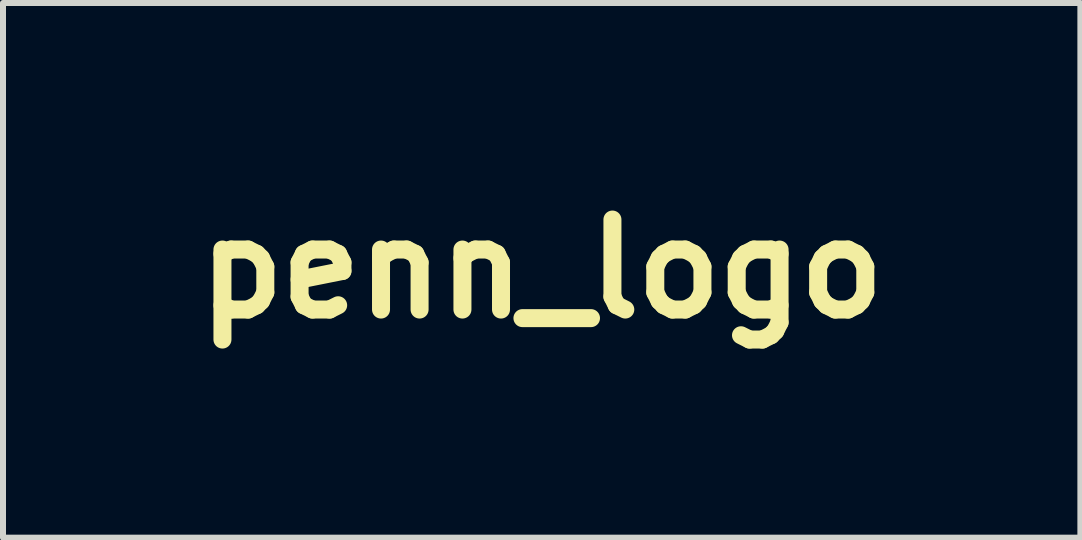
<source format=kicad_pcb>
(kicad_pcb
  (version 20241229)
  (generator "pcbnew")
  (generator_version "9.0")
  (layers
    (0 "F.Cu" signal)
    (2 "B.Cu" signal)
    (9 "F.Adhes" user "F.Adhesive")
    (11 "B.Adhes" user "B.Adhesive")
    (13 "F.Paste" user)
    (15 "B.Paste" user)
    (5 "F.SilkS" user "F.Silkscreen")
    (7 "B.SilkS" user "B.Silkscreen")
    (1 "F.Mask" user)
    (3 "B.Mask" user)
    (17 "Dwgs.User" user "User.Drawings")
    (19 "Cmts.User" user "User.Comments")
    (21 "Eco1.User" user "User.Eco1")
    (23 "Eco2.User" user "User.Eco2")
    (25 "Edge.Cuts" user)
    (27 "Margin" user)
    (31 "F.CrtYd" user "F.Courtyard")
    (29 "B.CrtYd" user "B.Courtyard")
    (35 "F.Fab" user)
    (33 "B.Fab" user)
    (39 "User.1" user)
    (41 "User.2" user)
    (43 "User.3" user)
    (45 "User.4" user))
  (footprint "penn_logo"
    (layer "F.Cu")
    (at 5.979 1.431)
    (property "Reference" "penn_logo" (at 0 0 0) (layer "F.SilkS") (effects (font (size 1.5 1.5) (thickness 0.3))))
    (attr board_only exclude_from_pos_files exclude_from_bom)
    (fp_poly (pts (xy -4.466 -0.943) (xy -4.463 -0.943) (xy -4.46 -0.942) (xy -4.457 -0.94) (xy -4.451 -0.937) (xy -4.444 -0.934) (xy -4.438 -0.931) (xy -4.432 -0.928) (xy -4.427 -0.925) (xy -4.424 -0.923) (xy -4.421 -0.92) (xy -4.418 -0.917) (xy -4.417 -0.915) (xy -4.415 -0.913) (xy -4.415 -0.91) (xy -4.415 -0.908) (xy -4.415 -0.907) (xy -4.416 -0.903) (xy -4.417 -0.899) (xy -4.42 -0.895) (xy -4.424 -0.891) (xy -4.429 -0.887) (xy -4.435 -0.882) (xy -4.44 -0.878) (xy -4.445 -0.874) (xy -4.45 -0.871) (xy -4.455 -0.867) (xy -4.459 -0.864) (xy -4.468 -0.857) (xy -4.487 -0.857) (xy -4.506 -0.857) (xy -4.503 -0.867) (xy -4.502 -0.874) (xy -4.501 -0.88) (xy -4.501 -0.886) (xy -4.501 -0.892) (xy -4.502 -0.895) (xy -4.503 -0.9) (xy -4.503 -0.906) (xy -4.503 -0.909) (xy -4.503 -0.913) (xy -4.503 -0.916) (xy -4.502 -0.919) (xy -4.501 -0.922) (xy -4.5 -0.923) (xy -4.496 -0.929) (xy -4.491 -0.934) (xy -4.485 -0.938) (xy -4.478 -0.941) (xy -4.472 -0.943) (xy -4.469 -0.943) (xy -4.467 -0.944)) (stroke (width 0) (type solid)) (fill yes) (layer "F.Mask"))
    (fp_poly (pts (xy 0.288 -0.388) (xy 0.31 -0.386) (xy 0.345 -0.382) (xy 0.38 -0.377) (xy 0.415 -0.37) (xy 0.449 -0.361) (xy 0.483 -0.351) (xy 0.516 -0.339) (xy 0.549 -0.327) (xy 0.581 -0.312) (xy 0.612 -0.296) (xy 0.643 -0.279) (xy 0.673 -0.261) (xy 0.702 -0.242) (xy 0.73 -0.221) (xy 0.757 -0.199) (xy 0.783 -0.176) (xy 0.808 -0.152) (xy 0.832 -0.126) (xy 0.854 -0.1) (xy 0.876 -0.073) (xy 0.89 -0.053) (xy 0.908 -0.025) (xy 0.925 0.003) (xy 0.94 0.032) (xy 0.953 0.062) (xy 0.966 0.092) (xy 0.976 0.122) (xy 0.985 0.153) (xy 0.992 0.184) (xy 0.998 0.216) (xy 1.002 0.247) (xy 1.005 0.279) (xy 1.005 0.311) (xy 1.005 0.336) (xy 1.004 0.349) (xy 0.356 0.349) (xy -0.292 0.349) (xy -0.292 0.373) (xy -0.291 0.421) (xy -0.289 0.468) (xy -0.286 0.514) (xy -0.282 0.559) (xy -0.276 0.603) (xy -0.27 0.646) (xy -0.262 0.688) (xy -0.252 0.728) (xy -0.242 0.768) (xy -0.23 0.807) (xy -0.217 0.844) (xy -0.207 0.87) (xy -0.193 0.905) (xy -0.177 0.938) (xy -0.161 0.97) (xy -0.143 1.001) (xy -0.124 1.03) (xy -0.104 1.059) (xy -0.082 1.087) (xy -0.059 1.114) (xy -0.059 1.115) (xy -0.055 1.119) (xy -0.05 1.124) (xy -0.044 1.13) (xy -0.038 1.137) (xy -0.031 1.144) (xy -0.024 1.15) (xy -0.018 1.157) (xy -0.011 1.163) (xy -0.006 1.168) (xy -0.001 1.173) (xy 0.001 1.174) (xy 0.027 1.196) (xy 0.055 1.217) (xy 0.082 1.236) (xy 0.111 1.254) (xy 0.14 1.27) (xy 0.17 1.284) (xy 0.2 1.297) (xy 0.231 1.308) (xy 0.262 1.318) (xy 0.294 1.326) (xy 0.326 1.332) (xy 0.359 1.337) (xy 0.364 1.338) (xy 0.368 1.338) (xy 0.374 1.339) (xy 0.381 1.339) (xy 0.39 1.339) (xy 0.398 1.339) (xy 0.408 1.339) (xy 0.418 1.339) (xy 0.427 1.339) (xy 0.437 1.339) (xy 0.446 1.339) (xy 0.454 1.339) (xy 0.462 1.339) (xy 0.468 1.338) (xy 0.471 1.338) (xy 0.5 1.335) (xy 0.528 1.332) (xy 0.555 1.327) (xy 0.58 1.321) (xy 0.605 1.314) (xy 0.63 1.306) (xy 0.653 1.296) (xy 0.677 1.285) (xy 0.7 1.273) (xy 0.723 1.259) (xy 0.747 1.244) (xy 0.77 1.227) (xy 0.777 1.223) (xy 0.791 1.211) (xy 0.807 1.199) (xy 0.823 1.185) (xy 0.839 1.171) (xy 0.856 1.156) (xy 0.873 1.14) (xy 0.891 1.122) (xy 0.909 1.104) (xy 0.929 1.084) (xy 0.949 1.064) (xy 0.97 1.041) (xy 0.991 1.018) (xy 1.014 0.993) (xy 1.034 0.971) (xy 1.034 1.036) (xy 1.034 1.101) (xy 1.024 1.114) (xy 1.008 1.133) (xy 0.993 1.152) (xy 0.978 1.169) (xy 0.963 1.186) (xy 0.948 1.203) (xy 0.932 1.219) (xy 0.916 1.236) (xy 0.915 1.236) (xy 0.9 1.252) (xy 0.885 1.266) (xy 0.87 1.279) (xy 0.855 1.292) (xy 0.84 1.304) (xy 0.828 1.314) (xy 0.8 1.335) (xy 0.771 1.355) (xy 0.742 1.373) (xy 0.713 1.39) (xy 0.683 1.405) (xy 0.652 1.418) (xy 0.621 1.431) (xy 0.589 1.442) (xy 0.556 1.451) (xy 0.522 1.459) (xy 0.487 1.466) (xy 0.451 1.471) (xy 0.415 1.475) (xy 0.402 1.476) (xy 0.389 1.477) (xy 0.375 1.478) (xy 0.36 1.479) (xy 0.345 1.479) (xy 0.329 1.48) (xy 0.314 1.48) (xy 0.299 1.48) (xy 0.284 1.48) (xy 0.271 1.48) (xy 0.262 1.479) (xy 0.22 1.477) (xy 0.178 1.473) (xy 0.137 1.467) (xy 0.096 1.46) (xy 0.056 1.452) (xy 0.017 1.442) (xy -0.021 1.431) (xy -0.059 1.418) (xy -0.095 1.404) (xy -0.131 1.389) (xy -0.166 1.372) (xy -0.2 1.354) (xy -0.233 1.334) (xy -0.265 1.313) (xy -0.296 1.291) (xy -0.326 1.267) (xy -0.356 1.242) (xy -0.383 1.216) (xy -0.409 1.189) (xy -0.434 1.161) (xy -0.458 1.132) (xy -0.481 1.102) (xy -0.502 1.071) (xy -0.521 1.039) (xy -0.54 1.006) (xy -0.557 0.972) (xy -0.572 0.938) (xy -0.586 0.902) (xy -0.599 0.866) (xy -0.61 0.829) (xy -0.62 0.792) (xy -0.628 0.753) (xy -0.635 0.714) (xy -0.64 0.675) (xy -0.641 0.664) (xy -0.643 0.642) (xy -0.644 0.619) (xy -0.645 0.595) (xy -0.646 0.57) (xy -0.646 0.546) (xy -0.645 0.521) (xy -0.644 0.498) (xy -0.643 0.479) (xy -0.639 0.438) (xy -0.633 0.397) (xy -0.626 0.357) (xy -0.617 0.317) (xy -0.607 0.278) (xy -0.603 0.263) (xy -0.292 0.263) (xy 0.189 0.263) (xy 0.67 0.263) (xy 0.67 0.238) (xy 0.67 0.206) (xy 0.668 0.174) (xy 0.665 0.143) (xy 0.66 0.113) (xy 0.654 0.084) (xy 0.647 0.056) (xy 0.639 0.028) (xy 0.629 0.002) (xy 0.618 -0.024) (xy 0.605 -0.048) (xy 0.591 -0.072) (xy 0.576 -0.094) (xy 0.56 -0.116) (xy 0.542 -0.136) (xy 0.523 -0.156) (xy 0.503 -0.174) (xy 0.489 -0.185) (xy 0.467 -0.201) (xy 0.444 -0.216) (xy 0.42 -0.229) (xy 0.396 -0.241) (xy 0.37 -0.252) (xy 0.344 -0.261) (xy 0.318 -0.269) (xy 0.291 -0.275) (xy 0.266 -0.279) (xy 0.256 -0.281) (xy 0.247 -0.282) (xy 0.238 -0.282) (xy 0.229 -0.283) (xy 0.22 -0.284) (xy 0.21 -0.284) (xy 0.199 -0.284) (xy 0.196 -0.284) (xy 0.185 -0.284) (xy 0.175 -0.284) (xy 0.166 -0.283) (xy 0.158 -0.283) (xy 0.15 -0.282) (xy 0.142 -0.282) (xy 0.133 -0.281) (xy 0.129 -0.28) (xy 0.101 -0.276) (xy 0.074 -0.27) (xy 0.047 -0.263) (xy 0.022 -0.254) (xy -0.003 -0.244) (xy -0.027 -0.232) (xy -0.05 -0.219) (xy -0.072 -0.204) (xy -0.094 -0.188) (xy -0.103 -0.18) (xy -0.109 -0.175) (xy -0.116 -0.169) (xy -0.123 -0.162) (xy -0.13 -0.155) (xy -0.137 -0.148) (xy -0.144 -0.141) (xy -0.149 -0.135) (xy -0.151 -0.133) (xy -0.168 -0.112) (xy -0.184 -0.089) (xy -0.199 -0.065) (xy -0.213 -0.04) (xy -0.226 -0.014) (xy -0.238 0.014) (xy -0.249 0.042) (xy -0.259 0.072) (xy -0.267 0.102) (xy -0.271 0.118) (xy -0.275 0.135) (xy -0.278 0.152) (xy -0.281 0.17) (xy -0.284 0.188) (xy -0.286 0.205) (xy -0.288 0.222) (xy -0.29 0.239) (xy -0.291 0.251) (xy -0.291 0.254) (xy -0.291 0.258) (xy -0.291 0.26) (xy -0.292 0.261) (xy -0.292 0.263) (xy -0.603 0.263) (xy -0.595 0.24) (xy -0.582 0.202) (xy -0.568 0.165) (xy -0.552 0.128) (xy -0.534 0.093) (xy -0.515 0.058) (xy -0.495 0.024) (xy -0.473 -0.009) (xy -0.45 -0.041) (xy -0.425 -0.072) (xy -0.421 -0.078) (xy -0.4 -0.102) (xy -0.377 -0.126) (xy -0.354 -0.149) (xy -0.33 -0.172) (xy -0.306 -0.192) (xy -0.278 -0.215) (xy -0.248 -0.236) (xy -0.216 -0.257) (xy -0.185 -0.276) (xy -0.152 -0.294) (xy -0.119 -0.31) (xy -0.108 -0.315) (xy -0.074 -0.33) (xy -0.039 -0.343) (xy -0.004 -0.354) (xy 0.032 -0.364) (xy 0.068 -0.372) (xy 0.104 -0.379) (xy 0.141 -0.384) (xy 0.178 -0.387) (xy 0.214 -0.389) (xy 0.251 -0.389)) (stroke (width 0) (type solid)) (fill yes) (layer "F.Mask"))
    (fp_poly (pts (xy -1.95 -1.431) (xy -1.91 -1.431) (xy -1.871 -1.431) (xy -1.834 -1.431) (xy -1.799 -1.431) (xy -1.765 -1.431) (xy -1.733 -1.431) (xy -1.703 -1.431) (xy -1.674 -1.431) (xy -1.646 -1.431) (xy -1.62 -1.431) (xy -1.596 -1.431) (xy -1.572 -1.431) (xy -1.551 -1.431) (xy -1.53 -1.43) (xy -1.512 -1.43) (xy -1.494 -1.43) (xy -1.478 -1.43) (xy -1.463 -1.43) (xy -1.449 -1.43) (xy -1.437 -1.43) (xy -1.426 -1.43) (xy -1.416 -1.43) (xy -1.407 -1.43) (xy -1.399 -1.43) (xy -1.393 -1.43) (xy -1.388 -1.43) (xy -1.383 -1.43) (xy -1.38 -1.43) (xy -1.378 -1.43) (xy -1.378 -1.43) (xy -1.367 -1.429) (xy -1.358 -1.428) (xy -1.35 -1.428) (xy -1.343 -1.428) (xy -1.336 -1.427) (xy -1.331 -1.427) (xy -1.326 -1.427) (xy -1.321 -1.426) (xy -1.316 -1.426) (xy -1.31 -1.425) (xy -1.306 -1.425) (xy -1.258 -1.421) (xy -1.211 -1.415) (xy -1.164 -1.408) (xy -1.119 -1.4) (xy -1.075 -1.391) (xy -1.032 -1.381) (xy -0.99 -1.369) (xy -0.949 -1.357) (xy -0.91 -1.343) (xy -0.871 -1.328) (xy -0.834 -1.311) (xy -0.798 -1.294) (xy -0.763 -1.275) (xy -0.729 -1.256) (xy -0.696 -1.235) (xy -0.665 -1.213) (xy -0.658 -1.207) (xy -0.629 -1.185) (xy -0.601 -1.161) (xy -0.575 -1.136) (xy -0.55 -1.111) (xy -0.527 -1.084) (xy -0.505 -1.057) (xy -0.484 -1.028) (xy -0.465 -0.999) (xy -0.448 -0.969) (xy -0.431 -0.939) (xy -0.417 -0.907) (xy -0.409 -0.889) (xy -0.397 -0.857) (xy -0.386 -0.824) (xy -0.377 -0.791) (xy -0.37 -0.758) (xy -0.364 -0.723) (xy -0.36 -0.689) (xy -0.357 -0.654) (xy -0.356 -0.618) (xy -0.357 -0.582) (xy -0.359 -0.546) (xy -0.362 -0.522) (xy -0.366 -0.488) (xy -0.372 -0.454) (xy -0.38 -0.422) (xy -0.389 -0.39) (xy -0.399 -0.359) (xy -0.411 -0.329) (xy -0.424 -0.3) (xy -0.439 -0.272) (xy -0.455 -0.244) (xy -0.473 -0.218) (xy -0.492 -0.193) (xy -0.512 -0.168) (xy -0.534 -0.144) (xy -0.557 -0.122) (xy -0.581 -0.1) (xy -0.607 -0.08) (xy -0.634 -0.06) (xy -0.663 -0.041) (xy -0.693 -0.023) (xy -0.724 -0.007) (xy -0.756 0.009) (xy -0.784 0.021) (xy -0.819 0.035) (xy -0.855 0.048) (xy -0.892 0.06) (xy -0.931 0.07) (xy -0.971 0.08) (xy -1.012 0.089) (xy -1.055 0.096) (xy -1.099 0.103) (xy -1.143 0.108) (xy -1.189 0.112) (xy -1.231 0.115) (xy -1.241 0.116) (xy -1.25 0.117) (xy -1.259 0.117) (xy -1.268 0.117) (xy -1.276 0.118) (xy -1.284 0.118) (xy -1.292 0.118) (xy -1.301 0.118) (xy -1.31 0.119) (xy -1.32 0.119) (xy -1.331 0.119) (xy -1.343 0.119) (xy -1.356 0.119) (xy -1.371 0.119) (xy -1.372 0.119) (xy -1.392 0.119) (xy -1.41 0.119) (xy -1.426 0.119) (xy -1.442 0.118) (xy -1.457 0.118) (xy -1.471 0.118) (xy -1.485 0.117) (xy -1.499 0.117) (xy -1.513 0.116) (xy -1.528 0.115) (xy -1.543 0.114) (xy -1.558 0.113) (xy -1.569 0.113) (xy -1.59 0.111) (xy -1.612 0.109) (xy -1.636 0.107) (xy -1.66 0.105) (xy -1.685 0.102) (xy -1.71 0.1) (xy -1.735 0.097) (xy -1.76 0.094) (xy -1.782 0.092) (xy -1.788 0.091) (xy -1.792 0.091) (xy -1.796 0.09) (xy -1.799 0.09) (xy -1.801 0.09) (xy -1.801 0.09) (xy -1.801 0.091) (xy -1.801 0.093) (xy -1.801 0.097) (xy -1.801 0.103) (xy -1.801 0.11) (xy -1.801 0.118) (xy -1.801 0.128) (xy -1.801 0.139) (xy -1.801 0.151) (xy -1.801 0.164) (xy -1.801 0.179) (xy -1.802 0.194) (xy -1.802 0.211) (xy -1.802 0.228) (xy -1.802 0.246) (xy -1.802 0.265) (xy -1.802 0.285) (xy -1.802 0.305) (xy -1.802 0.326) (xy -1.802 0.347) (xy -1.802 0.369) (xy -1.802 0.392) (xy -1.802 0.415) (xy -1.802 0.438) (xy -1.802 0.461) (xy -1.802 0.484) (xy -1.802 0.508) (xy -1.802 0.532) (xy -1.802 0.555) (xy -1.802 0.579) (xy -1.802 0.602) (xy -1.802 0.625) (xy -1.802 0.648) (xy -1.802 0.671) (xy -1.801 0.694) (xy -1.801 0.715) (xy -1.801 0.737) (xy -1.801 0.758) (xy -1.801 0.778) (xy -1.801 0.798) (xy -1.801 0.816) (xy -1.801 0.834) (xy -1.801 0.852) (xy -1.801 0.868) (xy -1.801 0.883) (xy -1.801 0.898) (xy -1.801 0.911) (xy -1.801 0.923) (xy -1.801 0.934) (xy -1.801 0.943) (xy -1.801 0.952) (xy -1.801 0.958) (xy -1.8 0.964) (xy -1.8 0.968) (xy -1.8 0.97) (xy -1.8 0.97) (xy -1.799 0.992) (xy -1.797 1.012) (xy -1.796 1.031) (xy -1.794 1.049) (xy -1.792 1.065) (xy -1.789 1.081) (xy -1.787 1.096) (xy -1.784 1.11) (xy -1.781 1.124) (xy -1.778 1.137) (xy -1.774 1.15) (xy -1.768 1.17) (xy -1.761 1.189) (xy -1.753 1.207) (xy -1.745 1.223) (xy -1.735 1.238) (xy -1.728 1.248) (xy -1.725 1.252) (xy -1.72 1.257) (xy -1.715 1.263) (xy -1.71 1.268) (xy -1.705 1.274) (xy -1.699 1.279) (xy -1.695 1.283) (xy -1.691 1.286) (xy -1.691 1.286) (xy -1.677 1.295) (xy -1.663 1.304) (xy -1.649 1.311) (xy -1.633 1.318) (xy -1.616 1.323) (xy -1.599 1.328) (xy -1.58 1.332) (xy -1.56 1.335) (xy -1.539 1.337) (xy -1.52 1.339) (xy -1.515 1.339) (xy -1.508 1.339) (xy -1.501 1.34) (xy -1.494 1.34) (xy -1.492 1.34) (xy -1.478 1.34) (xy -1.478 1.382) (xy -1.478 1.425) (xy -1.991 1.425) (xy -2.505 1.425) (xy -2.505 1.383) (xy -2.505 1.34) (xy -2.482 1.339) (xy -2.459 1.339) (xy -2.438 1.337) (xy -2.417 1.334) (xy -2.398 1.331) (xy -2.38 1.327) (xy -2.363 1.322) (xy -2.347 1.316) (xy -2.344 1.315) (xy -2.328 1.307) (xy -2.313 1.298) (xy -2.299 1.288) (xy -2.285 1.277) (xy -2.273 1.265) (xy -2.261 1.251) (xy -2.25 1.236) (xy -2.24 1.22) (xy -2.231 1.202) (xy -2.222 1.183) (xy -2.215 1.163) (xy -2.208 1.141) (xy -2.202 1.118) (xy -2.197 1.094) (xy -2.192 1.068) (xy -2.189 1.04) (xy -2.186 1.011) (xy -2.185 1.001) (xy -2.184 0.994) (xy -2.184 0.987) (xy -2.183 0.979) (xy -2.183 0.972) (xy -2.183 0.968) (xy -2.182 0.967) (xy -2.182 0.963) (xy -2.182 0.958) (xy -2.182 0.952) (xy -2.182 0.944) (xy -2.182 0.934) (xy -2.182 0.923) (xy -2.182 0.911) (xy -2.182 0.897) (xy -2.182 0.882) (xy -2.182 0.866) (xy -2.182 0.849) (xy -2.182 0.83) (xy -2.182 0.81) (xy -2.182 0.789) (xy -2.182 0.767) (xy -2.182 0.744) (xy -2.182 0.72) (xy -2.182 0.695) (xy -2.182 0.669) (xy -2.182 0.643) (xy -2.182 0.615) (xy -2.182 0.587) (xy -2.181 0.558) (xy -2.181 0.528) (xy -2.181 0.498) (xy -2.181 0.467) (xy -2.181 0.435) (xy -2.181 0.403) (xy -2.181 0.371) (xy -2.181 0.338) (xy -2.181 0.304) (xy -2.181 0.271) (xy -2.181 0.237) (xy -2.181 0.202) (xy -2.181 0.168) (xy -2.181 0.133) (xy -2.181 0.098) (xy -2.181 0.063) (xy -2.181 0.028) (xy -2.181 -0.007) (xy -2.181 -0.042) (xy -2.181 -0.077) (xy -2.181 -0.112) (xy -2.181 -0.146) (xy -2.181 -0.181) (xy -2.181 -0.215) (xy -2.181 -0.249) (xy -2.181 -0.283) (xy -2.181 -0.316) (xy -2.181 -0.349) (xy -2.181 -0.381) (xy -2.181 -0.413) (xy -2.181 -0.445) (xy -2.181 -0.476) (xy -2.181 -0.506) (xy -2.181 -0.536) (xy -2.181 -0.565) (xy -2.181 -0.593) (xy -2.181 -0.62) (xy -2.181 -0.647) (xy -2.181 -0.673) (xy -2.181 -0.697) (xy -2.181 -0.721) (xy -2.181 -0.744) (xy -2.181 -0.766) (xy -2.181 -0.787) (xy -2.181 -0.807) (xy -2.181 -0.825) (xy -2.181 -0.843) (xy -2.181 -0.859) (xy -2.181 -0.874) (xy -2.181 -0.887) (xy -2.182 -0.899) (xy -2.182 -0.91) (xy -2.182 -0.919) (xy -2.182 -0.927) (xy -2.182 -0.934) (xy -2.182 -0.938) (xy -2.182 -0.941) (xy -2.182 -0.942) (xy -2.183 -0.971) (xy -2.184 -0.998) (xy -2.186 -1.024) (xy -2.189 -1.048) (xy -2.192 -1.071) (xy -2.195 -1.093) (xy -2.199 -1.113) (xy -2.203 -1.133) (xy -2.208 -1.151) (xy -2.213 -1.169) (xy -2.219 -1.186) (xy -2.22 -1.189) (xy -2.226 -1.202) (xy -2.232 -1.214) (xy -2.239 -1.227) (xy -2.246 -1.239) (xy -2.254 -1.25) (xy -2.261 -1.26) (xy -2.262 -1.261) (xy -2.274 -1.274) (xy -2.286 -1.286) (xy -2.3 -1.296) (xy -2.315 -1.306) (xy -2.331 -1.314) (xy -2.346 -1.321) (xy -1.802 -1.321) (xy -1.802 -0.681) (xy -1.801 -0.04) (xy -1.79 -0.037) (xy -1.766 -0.029) (xy -1.743 -0.022) (xy -1.721 -0.016) (xy -1.699 -0.01) (xy -1.677 -0.006) (xy -1.654 -0.002) (xy -1.632 0.001) (xy -1.608 0.004) (xy -1.584 0.006) (xy -1.559 0.007) (xy -1.533 0.008) (xy -1.525 0.009) (xy -1.517 0.009) (xy -1.507 0.009) (xy -1.496 0.009) (xy -1.485 0.009) (xy -1.474 0.009) (xy -1.463 0.009) (xy -1.452 0.009) (xy -1.441 0.009) (xy -1.431 0.009) (xy -1.422 0.009) (xy -1.414 0.009) (xy -1.407 0.009) (xy -1.403 0.008) (xy -1.365 0.006) (xy -1.328 0.003) (xy -1.291 -0.002) (xy -1.256 -0.008) (xy -1.222 -0.016) (xy -1.188 -0.024) (xy -1.156 -0.034) (xy -1.125 -0.046) (xy -1.095 -0.058) (xy -1.066 -0.072) (xy -1.038 -0.087) (xy -1.011 -0.103) (xy -0.986 -0.12) (xy -0.961 -0.139) (xy -0.958 -0.142) (xy -0.935 -0.161) (xy -0.914 -0.182) (xy -0.894 -0.204) (xy -0.875 -0.226) (xy -0.858 -0.25) (xy -0.842 -0.275) (xy -0.827 -0.301) (xy -0.813 -0.328) (xy -0.801 -0.356) (xy -0.791 -0.384) (xy -0.781 -0.414) (xy -0.774 -0.444) (xy -0.767 -0.475) (xy -0.762 -0.508) (xy -0.762 -0.51) (xy -0.759 -0.539) (xy -0.757 -0.568) (xy -0.756 -0.598) (xy -0.756 -0.628) (xy -0.757 -0.659) (xy -0.76 -0.689) (xy -0.761 -0.702) (xy -0.766 -0.737) (xy -0.772 -0.772) (xy -0.779 -0.807) (xy -0.788 -0.841) (xy -0.799 -0.874) (xy -0.81 -0.906) (xy -0.823 -0.937) (xy -0.837 -0.968) (xy -0.853 -0.997) (xy -0.869 -1.026) (xy -0.887 -1.053) (xy -0.906 -1.079) (xy -0.907 -1.08) (xy -0.919 -1.095) (xy -0.932 -1.11) (xy -0.945 -1.125) (xy -0.953 -1.133) (xy -0.965 -1.144) (xy -0.975 -1.155) (xy -0.986 -1.164) (xy -0.997 -1.173) (xy -1.008 -1.183) (xy -1.02 -1.192) (xy -1.02 -1.192) (xy -1.045 -1.21) (xy -1.072 -1.227) (xy -1.099 -1.242) (xy -1.128 -1.256) (xy -1.157 -1.269) (xy -1.187 -1.28) (xy -1.219 -1.29) (xy -1.251 -1.299) (xy -1.284 -1.306) (xy -1.318 -1.312) (xy -1.353 -1.316) (xy -1.365 -1.317) (xy -1.369 -1.318) (xy -1.372 -1.318) (xy -1.376 -1.318) (xy -1.379 -1.319) (xy -1.383 -1.319) (xy -1.386 -1.319) (xy -1.39 -1.319) (xy -1.394 -1.319) (xy -1.398 -1.32) (xy -1.403 -1.32) (xy -1.408 -1.32) (xy -1.414 -1.32) (xy -1.42 -1.32) (xy -1.427 -1.32) (xy -1.434 -1.32) (xy -1.443 -1.32) (xy -1.452 -1.32) (xy -1.463 -1.321) (xy -1.474 -1.321) (xy -1.487 -1.321) (xy -1.5 -1.321) (xy -1.515 -1.321) (xy -1.532 -1.321) (xy -1.55 -1.321) (xy -1.569 -1.321) (xy -1.59 -1.321) (xy -1.604 -1.321) (xy -1.802 -1.321) (xy -2.346 -1.321) (xy -2.348 -1.322) (xy -2.366 -1.328) (xy -2.385 -1.334) (xy -2.406 -1.338) (xy -2.428 -1.341) (xy -2.451 -1.344) (xy -2.476 -1.345) (xy -2.484 -1.345) (xy -2.505 -1.346) (xy -2.505 -1.389) (xy -2.505 -1.431)) (stroke (width 0) (type solid)) (fill yes) (layer "F.Mask"))
    (fp_poly (pts (xy 3.797 -0.389) (xy 3.84 -0.389) (xy 3.84 -0.213) (xy 3.84 -0.036) (xy 3.85 -0.047) (xy 3.872 -0.072) (xy 3.895 -0.096) (xy 3.918 -0.119) (xy 3.941 -0.142) (xy 3.964 -0.163) (xy 3.986 -0.183) (xy 4.005 -0.199) (xy 4.035 -0.223) (xy 4.065 -0.245) (xy 4.094 -0.266) (xy 4.124 -0.285) (xy 4.153 -0.302) (xy 4.183 -0.318) (xy 4.213 -0.332) (xy 4.242 -0.344) (xy 4.272 -0.355) (xy 4.303 -0.365) (xy 4.321 -0.37) (xy 4.352 -0.377) (xy 4.384 -0.382) (xy 4.415 -0.386) (xy 4.447 -0.389) (xy 4.479 -0.389) (xy 4.51 -0.388) (xy 4.542 -0.386) (xy 4.573 -0.382) (xy 4.604 -0.376) (xy 4.634 -0.369) (xy 4.665 -0.361) (xy 4.694 -0.351) (xy 4.723 -0.339) (xy 4.751 -0.326) (xy 4.766 -0.318) (xy 4.793 -0.303) (xy 4.819 -0.286) (xy 4.844 -0.268) (xy 4.868 -0.249) (xy 4.891 -0.228) (xy 4.913 -0.206) (xy 4.933 -0.183) (xy 4.952 -0.159) (xy 4.97 -0.134) (xy 4.987 -0.107) (xy 4.99 -0.103) (xy 4.993 -0.097) (xy 4.997 -0.09) (xy 5.001 -0.082) (xy 5.006 -0.073) (xy 5.01 -0.064) (xy 5.014 -0.056) (xy 5.018 -0.047) (xy 5.021 -0.04) (xy 5.024 -0.034) (xy 5.024 -0.033) (xy 5.036 -0.003) (xy 5.046 0.027) (xy 5.054 0.058) (xy 5.062 0.09) (xy 5.067 0.123) (xy 5.072 0.156) (xy 5.072 0.165) (xy 5.073 0.171) (xy 5.074 0.177) (xy 5.074 0.184) (xy 5.075 0.189) (xy 5.075 0.19) (xy 5.075 0.192) (xy 5.075 0.194) (xy 5.075 0.198) (xy 5.075 0.202) (xy 5.075 0.207) (xy 5.075 0.214) (xy 5.075 0.221) (xy 5.075 0.23) (xy 5.075 0.24) (xy 5.075 0.251) (xy 5.075 0.263) (xy 5.076 0.276) (xy 5.076 0.291) (xy 5.076 0.307) (xy 5.076 0.325) (xy 5.076 0.343) (xy 5.076 0.363) (xy 5.076 0.385) (xy 5.076 0.408) (xy 5.076 0.432) (xy 5.076 0.458) (xy 5.076 0.485) (xy 5.076 0.514) (xy 5.076 0.545) (xy 5.076 0.577) (xy 5.076 0.611) (xy 5.076 0.646) (xy 5.076 0.65) (xy 5.076 0.686) (xy 5.076 0.72) (xy 5.076 0.752) (xy 5.076 0.783) (xy 5.077 0.812) (xy 5.077 0.839) (xy 5.077 0.865) (xy 5.077 0.89) (xy 5.077 0.913) (xy 5.077 0.935) (xy 5.077 0.955) (xy 5.077 0.974) (xy 5.077 0.991) (xy 5.077 1.008) (xy 5.077 1.022) (xy 5.077 1.036) (xy 5.077 1.048) (xy 5.077 1.06) (xy 5.077 1.069) (xy 5.077 1.078) (xy 5.077 1.086) (xy 5.077 1.092) (xy 5.078 1.098) (xy 5.078 1.102) (xy 5.078 1.106) (xy 5.078 1.108) (xy 5.078 1.11) (xy 5.078 1.11) (xy 5.079 1.125) (xy 5.081 1.138) (xy 5.082 1.15) (xy 5.084 1.161) (xy 5.085 1.172) (xy 5.087 1.181) (xy 5.089 1.19) (xy 5.091 1.199) (xy 5.093 1.205) (xy 5.099 1.222) (xy 5.106 1.238) (xy 5.114 1.252) (xy 5.123 1.265) (xy 5.133 1.277) (xy 5.144 1.288) (xy 5.156 1.297) (xy 5.162 1.301) (xy 5.169 1.304) (xy 5.176 1.308) (xy 5.184 1.312) (xy 5.192 1.316) (xy 5.2 1.319) (xy 5.202 1.319) (xy 5.217 1.324) (xy 5.233 1.328) (xy 5.249 1.331) (xy 5.267 1.334) (xy 5.286 1.336) (xy 5.306 1.338) (xy 5.328 1.339) (xy 5.347 1.339) (xy 5.375 1.34) (xy 5.375 1.383) (xy 5.375 1.425) (xy 4.904 1.425) (xy 4.433 1.425) (xy 4.433 1.383) (xy 4.433 1.34) (xy 4.463 1.339) (xy 4.488 1.339) (xy 4.512 1.337) (xy 4.534 1.336) (xy 4.554 1.333) (xy 4.574 1.33) (xy 4.592 1.327) (xy 4.608 1.323) (xy 4.624 1.318) (xy 4.638 1.312) (xy 4.651 1.306) (xy 4.663 1.3) (xy 4.673 1.293) (xy 4.678 1.29) (xy 4.683 1.285) (xy 4.689 1.279) (xy 4.694 1.274) (xy 4.699 1.268) (xy 4.703 1.263) (xy 4.704 1.262) (xy 4.711 1.25) (xy 4.718 1.237) (xy 4.723 1.223) (xy 4.728 1.207) (xy 4.732 1.19) (xy 4.734 1.171) (xy 4.734 1.171) (xy 4.734 1.169) (xy 4.735 1.167) (xy 4.735 1.166) (xy 4.735 1.164) (xy 4.735 1.162) (xy 4.735 1.159) (xy 4.735 1.157) (xy 4.736 1.154) (xy 4.736 1.15) (xy 4.736 1.147) (xy 4.736 1.143) (xy 4.736 1.138) (xy 4.736 1.133) (xy 4.736 1.127) (xy 4.736 1.121) (xy 4.736 1.114) (xy 4.736 1.107) (xy 4.736 1.098) (xy 4.737 1.089) (xy 4.737 1.079) (xy 4.737 1.069) (xy 4.737 1.057) (xy 4.737 1.045) (xy 4.737 1.031) (xy 4.737 1.017) (xy 4.737 1.001) (xy 4.737 0.984) (xy 4.737 0.967) (xy 4.737 0.948) (xy 4.737 0.927) (xy 4.737 0.906) (xy 4.737 0.883) (xy 4.737 0.859) (xy 4.737 0.833) (xy 4.737 0.806) (xy 4.737 0.778) (xy 4.737 0.748) (xy 4.737 0.716) (xy 4.737 0.683) (xy 4.737 0.648) (xy 4.737 0.647) (xy 4.737 0.613) (xy 4.737 0.58) (xy 4.737 0.549) (xy 4.737 0.519) (xy 4.737 0.491) (xy 4.737 0.465) (xy 4.737 0.44) (xy 4.737 0.416) (xy 4.737 0.394) (xy 4.737 0.373) (xy 4.736 0.353) (xy 4.736 0.334) (xy 4.736 0.317) (xy 4.736 0.301) (xy 4.736 0.286) (xy 4.736 0.272) (xy 4.736 0.259) (xy 4.736 0.246) (xy 4.736 0.235) (xy 4.736 0.225) (xy 4.736 0.215) (xy 4.736 0.207) (xy 4.736 0.199) (xy 4.736 0.192) (xy 4.736 0.185) (xy 4.736 0.179) (xy 4.736 0.174) (xy 4.735 0.169) (xy 4.735 0.165) (xy 4.735 0.161) (xy 4.735 0.157) (xy 4.735 0.154) (xy 4.735 0.151) (xy 4.735 0.149) (xy 4.734 0.146) (xy 4.734 0.144) (xy 4.734 0.142) (xy 4.734 0.141) (xy 4.734 0.139) (xy 4.733 0.137) (xy 4.733 0.135) (xy 4.733 0.133) (xy 4.733 0.131) (xy 4.732 0.129) (xy 4.732 0.128) (xy 4.728 0.102) (xy 4.722 0.077) (xy 4.715 0.052) (xy 4.707 0.028) (xy 4.697 0.006) (xy 4.686 -0.016) (xy 4.673 -0.037) (xy 4.66 -0.056) (xy 4.645 -0.075) (xy 4.629 -0.092) (xy 4.611 -0.109) (xy 4.593 -0.124) (xy 4.573 -0.138) (xy 4.552 -0.151) (xy 4.532 -0.162) (xy 4.508 -0.172) (xy 4.484 -0.181) (xy 4.459 -0.189) (xy 4.434 -0.195) (xy 4.408 -0.2) (xy 4.383 -0.203) (xy 4.357 -0.204) (xy 4.331 -0.204) (xy 4.305 -0.203) (xy 4.279 -0.199) (xy 4.269 -0.198) (xy 4.245 -0.192) (xy 4.221 -0.185) (xy 4.197 -0.177) (xy 4.174 -0.167) (xy 4.15 -0.156) (xy 4.127 -0.143) (xy 4.103 -0.128) (xy 4.079 -0.112) (xy 4.056 -0.094) (xy 4.032 -0.074) (xy 4.017 -0.061) (xy 4.012 -0.056) (xy 4.006 -0.051) (xy 3.999 -0.044) (xy 3.992 -0.037) (xy 3.984 -0.03) (xy 3.977 -0.022) (xy 3.969 -0.014) (xy 3.962 -0.007) (xy 3.955 0.000353) (xy 3.949 0.007) (xy 3.944 0.012) (xy 3.944 0.013) (xy 3.926 0.033) (xy 3.907 0.054) (xy 3.889 0.077) (xy 3.871 0.099) (xy 3.853 0.122) (xy 3.849 0.128) (xy 3.84 0.14) (xy 3.84 0.581) (xy 3.84 0.615) (xy 3.84 0.648) (xy 3.84 0.679) (xy 3.84 0.709) (xy 3.84 0.737) (xy 3.84 0.763) (xy 3.84 0.789) (xy 3.84 0.812) (xy 3.84 0.835) (xy 3.84 0.856) (xy 3.84 0.876) (xy 3.84 0.895) (xy 3.84 0.912) (xy 3.84 0.929) (xy 3.84 0.944) (xy 3.84 0.958) (xy 3.84 0.972) (xy 3.84 0.984) (xy 3.84 0.996) (xy 3.84 1.007) (xy 3.84 1.016) (xy 3.841 1.026) (xy 3.841 1.034) (xy 3.841 1.042) (xy 3.841 1.049) (xy 3.841 1.055) (xy 3.841 1.061) (xy 3.841 1.067) (xy 3.841 1.072) (xy 3.841 1.077) (xy 3.842 1.081) (xy 3.842 1.085) (xy 3.842 1.089) (xy 3.842 1.092) (xy 3.842 1.096) (xy 3.842 1.099) (xy 3.844 1.12) (xy 3.846 1.14) (xy 3.848 1.159) (xy 3.851 1.176) (xy 3.855 1.192) (xy 3.858 1.207) (xy 3.863 1.22) (xy 3.868 1.233) (xy 3.872 1.243) (xy 3.877 1.252) (xy 3.883 1.261) (xy 3.888 1.268) (xy 3.894 1.276) (xy 3.9 1.282) (xy 3.91 1.291) (xy 3.921 1.299) (xy 3.934 1.307) (xy 3.947 1.313) (xy 3.962 1.319) (xy 3.978 1.324) (xy 3.995 1.328) (xy 4.014 1.332) (xy 4.034 1.335) (xy 4.053 1.337) (xy 4.061 1.337) (xy 4.068 1.338) (xy 4.073 1.338) (xy 4.079 1.339) (xy 4.084 1.339) (xy 4.09 1.339) (xy 4.097 1.339) (xy 4.104 1.339) (xy 4.112 1.34) (xy 4.139 1.34) (xy 4.139 1.383) (xy 4.139 1.425) (xy 3.207 1.425) (xy 2.275 1.425) (xy 2.275 1.383) (xy 2.275 1.34) (xy 2.305 1.339) (xy 2.33 1.339) (xy 2.355 1.337) (xy 2.377 1.336) (xy 2.398 1.333) (xy 2.418 1.33) (xy 2.436 1.326) (xy 2.453 1.322) (xy 2.469 1.317) (xy 2.483 1.311) (xy 2.497 1.304) (xy 2.509 1.297) (xy 2.52 1.289) (xy 2.53 1.281) (xy 2.539 1.271) (xy 2.546 1.261) (xy 2.553 1.25) (xy 2.554 1.248) (xy 2.56 1.236) (xy 2.566 1.222) (xy 2.57 1.207) (xy 2.573 1.191) (xy 2.576 1.173) (xy 2.578 1.153) (xy 2.578 1.15) (xy 2.578 1.148) (xy 2.578 1.145) (xy 2.578 1.14) (xy 2.578 1.133) (xy 2.578 1.125) (xy 2.578 1.116) (xy 2.578 1.105) (xy 2.578 1.093) (xy 2.578 1.08) (xy 2.578 1.065) (xy 2.578 1.05) (xy 2.578 1.033) (xy 2.579 1.016) (xy 2.579 0.997) (xy 2.579 0.978) (xy 2.579 0.958) (xy 2.579 0.937) (xy 2.579 0.915) (xy 2.579 0.893) (xy 2.579 0.87) (xy 2.579 0.847) (xy 2.579 0.823) (xy 2.579 0.799) (xy 2.579 0.775) (xy 2.579 0.75) (xy 2.579 0.725) (xy 2.579 0.7) (xy 2.579 0.675) (xy 2.579 0.649) (xy 2.579 0.624) (xy 2.579 0.599) (xy 2.579 0.574) (xy 2.579 0.549) (xy 2.579 0.525) (xy 2.579 0.501) (xy 2.579 0.477) (xy 2.579 0.454) (xy 2.579 0.431) (xy 2.579 0.408) (xy 2.579 0.387) (xy 2.579 0.366) (xy 2.579 0.345) (xy 2.579 0.326) (xy 2.579 0.307) (xy 2.578 0.29) (xy 2.578 0.273) (xy 2.578 0.257) (xy 2.578 0.242) (xy 2.578 0.229) (xy 2.578 0.217) (xy 2.578 0.206) (xy 2.578 0.196) (xy 2.578 0.188) (xy 2.578 0.181) (xy 2.578 0.175) (xy 2.578 0.172) (xy 2.578 0.169) (xy 2.578 0.169) (xy 2.576 0.141) (xy 2.572 0.114) (xy 2.567 0.088) (xy 2.561 0.063) (xy 2.553 0.039) (xy 2.544 0.016) (xy 2.533 -0.006) (xy 2.521 -0.028) (xy 2.514 -0.039) (xy 2.5 -0.058) (xy 2.485 -0.077) (xy 2.469 -0.094) (xy 2.451 -0.111) (xy 2.432 -0.126) (xy 2.413 -0.14) (xy 2.392 -0.152) (xy 2.37 -0.164) (xy 2.347 -0.174) (xy 2.323 -0.182) (xy 2.321 -0.183) (xy 2.296 -0.191) (xy 2.27 -0.196) (xy 2.244 -0.201) (xy 2.218 -0.203) (xy 2.192 -0.204) (xy 2.166 -0.204) (xy 2.14 -0.202) (xy 2.115 -0.198) (xy 2.111 -0.198) (xy 2.087 -0.192) (xy 2.062 -0.185) (xy 2.038 -0.177) (xy 2.015 -0.167) (xy 1.991 -0.155) (xy 1.967 -0.142) (xy 1.943 -0.127) (xy 1.919 -0.11) (xy 1.895 -0.092) (xy 1.871 -0.072) (xy 1.847 -0.05) (xy 1.832 -0.036) (xy 1.816 -0.019) (xy 1.8 -0.003) (xy 1.784 0.015) (xy 1.767 0.033) (xy 1.751 0.052) (xy 1.734 0.072) (xy 1.717 0.094) (xy 1.699 0.117) (xy 1.695 0.121) (xy 1.682 0.139) (xy 1.682 0.601) (xy 1.682 0.635) (xy 1.682 0.667) (xy 1.682 0.698) (xy 1.682 0.726) (xy 1.682 0.754) (xy 1.682 0.78) (xy 1.682 0.804) (xy 1.682 0.827) (xy 1.682 0.849) (xy 1.682 0.87) (xy 1.682 0.889) (xy 1.682 0.907) (xy 1.682 0.924) (xy 1.682 0.94) (xy 1.682 0.955) (xy 1.682 0.968) (xy 1.682 0.981) (xy 1.682 0.993) (xy 1.683 1.004) (xy 1.683 1.014) (xy 1.683 1.023) (xy 1.683 1.032) (xy 1.683 1.04) (xy 1.683 1.047) (xy 1.683 1.054) (xy 1.683 1.06) (xy 1.683 1.066) (xy 1.683 1.071) (xy 1.683 1.075) (xy 1.683 1.08) (xy 1.684 1.084) (xy 1.684 1.087) (xy 1.684 1.091) (xy 1.684 1.094) (xy 1.684 1.097) (xy 1.684 1.1) (xy 1.685 1.103) (xy 1.685 1.106) (xy 1.685 1.109) (xy 1.685 1.112) (xy 1.685 1.115) (xy 1.685 1.115) (xy 1.687 1.137) (xy 1.69 1.157) (xy 1.693 1.176) (xy 1.697 1.194) (xy 1.701 1.21) (xy 1.706 1.224) (xy 1.712 1.238) (xy 1.718 1.25) (xy 1.725 1.262) (xy 1.728 1.266) (xy 1.737 1.277) (xy 1.747 1.287) (xy 1.758 1.296) (xy 1.77 1.304) (xy 1.783 1.311) (xy 1.798 1.317) (xy 1.814 1.322) (xy 1.831 1.327) (xy 1.85 1.331) (xy 1.868 1.334) (xy 1.881 1.335) (xy 1.896 1.337) (xy 1.912 1.338) (xy 1.928 1.339) (xy 1.944 1.339) (xy 1.96 1.34) (xy 1.962 1.34) (xy 1.981 1.34) (xy 1.981 1.382) (xy 1.981 1.425) (xy 1.515 1.425) (xy 1.049 1.425) (xy 1.049 1.383) (xy 1.049 1.34) (xy 1.087 1.339) (xy 1.105 1.339) (xy 1.122 1.339) (xy 1.137 1.338) (xy 1.151 1.337) (xy 1.164 1.336) (xy 1.176 1.335) (xy 1.187 1.333) (xy 1.197 1.331) (xy 1.207 1.329) (xy 1.217 1.327) (xy 1.217 1.327) (xy 1.231 1.322) (xy 1.244 1.317) (xy 1.256 1.311) (xy 1.267 1.304) (xy 1.277 1.296) (xy 1.286 1.288) (xy 1.294 1.278) (xy 1.302 1.267) (xy 1.309 1.254) (xy 1.315 1.241) (xy 1.32 1.226) (xy 1.325 1.21) (xy 1.329 1.193) (xy 1.332 1.174) (xy 1.335 1.153) (xy 1.338 1.131) (xy 1.338 1.123) (xy 1.339 1.12) (xy 1.339 1.118) (xy 1.339 1.115) (xy 1.339 1.113) (xy 1.339 1.111) (xy 1.34 1.108) (xy 1.34 1.106) (xy 1.34 1.103) (xy 1.34 1.1) (xy 1.34 1.097) (xy 1.34 1.094) (xy 1.341 1.09) (xy 1.341 1.087) (xy 1.341 1.082) (xy 1.341 1.078) (xy 1.341 1.073) (xy 1.341 1.067) (xy 1.341 1.061) (xy 1.341 1.054) (xy 1.341 1.047) (xy 1.341 1.039) (xy 1.341 1.031) (xy 1.341 1.022) (xy 1.342 1.012) (xy 1.342 1.001) (xy 1.342 0.989) (xy 1.342 0.976) (xy 1.342 0.963) (xy 1.342 0.948) (xy 1.342 0.933) (xy 1.342 0.916) (xy 1.342 0.899) (xy 1.342 0.88) (xy 1.342 0.86) (xy 1.342 0.839) (xy 1.342 0.817) (xy 1.342 0.793) (xy 1.342 0.768) (xy 1.342 0.742) (xy 1.342 0.714) (xy 1.342 0.685) (xy 1.342 0.654) (xy 1.342 0.622) (xy 1.342 0.588) (xy 1.342 0.552) (xy 1.342 0.516) (xy 1.342 0.479) (xy 1.342 0.444) (xy 1.342 0.41) (xy 1.342 0.378) (xy 1.342 0.347) (xy 1.342 0.318) (xy 1.342 0.29) (xy 1.342 0.264) (xy 1.342 0.239) (xy 1.342 0.216) (xy 1.342 0.193) (xy 1.342 0.172) (xy 1.342 0.153) (xy 1.342 0.134) (xy 1.342 0.116) (xy 1.342 0.1) (xy 1.342 0.085) (xy 1.342 0.07) (xy 1.342 0.057) (xy 1.342 0.045) (xy 1.342 0.033) (xy 1.342 0.023) (xy 1.341 0.013) (xy 1.341 0.004) (xy 1.341 -0.004) (xy 1.341 -0.012) (xy 1.341 -0.019) (xy 1.341 -0.025) (xy 1.341 -0.031) (xy 1.341 -0.036) (xy 1.341 -0.041) (xy 1.341 -0.045) (xy 1.341 -0.049) (xy 1.34 -0.052) (xy 1.34 -0.055) (xy 1.34 -0.058) (xy 1.34 -0.061) (xy 1.34 -0.063) (xy 1.34 -0.065) (xy 1.339 -0.067) (xy 1.339 -0.069) (xy 1.339 -0.07) (xy 1.339 -0.072) (xy 1.339 -0.074) (xy 1.338 -0.076) (xy 1.338 -0.078) (xy 1.338 -0.08) (xy 1.335 -0.099) (xy 1.331 -0.117) (xy 1.327 -0.133) (xy 1.321 -0.148) (xy 1.315 -0.162) (xy 1.307 -0.175) (xy 1.299 -0.186) (xy 1.289 -0.196) (xy 1.279 -0.205) (xy 1.267 -0.214) (xy 1.254 -0.221) (xy 1.239 -0.227) (xy 1.223 -0.232) (xy 1.206 -0.237) (xy 1.201 -0.238) (xy 1.19 -0.24) (xy 1.179 -0.242) (xy 1.167 -0.243) (xy 1.155 -0.245) (xy 1.141 -0.246) (xy 1.127 -0.247) (xy 1.111 -0.248) (xy 1.094 -0.249) (xy 1.075 -0.249) (xy 1.073 -0.249) (xy 1.049 -0.25) (xy 1.049 -0.292) (xy 1.049 -0.334) (xy 1.051 -0.335) (xy 1.051 -0.335) (xy 1.054 -0.335) (xy 1.058 -0.335) (xy 1.064 -0.336) (xy 1.071 -0.337) (xy 1.079 -0.338) (xy 1.089 -0.339) (xy 1.1 -0.34) (xy 1.112 -0.341) (xy 1.126 -0.342) (xy 1.14 -0.344) (xy 1.155 -0.345) (xy 1.172 -0.347) (xy 1.189 -0.349) (xy 1.207 -0.35) (xy 1.225 -0.352) (xy 1.245 -0.354) (xy 1.265 -0.356) (xy 1.285 -0.358) (xy 1.306 -0.36) (xy 1.325 -0.362) (xy 1.597 -0.389) (xy 1.639 -0.389) (xy 1.682 -0.389) (xy 1.682 -0.213) (xy 1.682 -0.036) (xy 1.696 -0.051) (xy 1.705 -0.061) (xy 1.713 -0.071) (xy 1.721 -0.079) (xy 1.729 -0.088) (xy 1.738 -0.097) (xy 1.747 -0.106) (xy 1.753 -0.112) (xy 1.782 -0.141) (xy 1.812 -0.169) (xy 1.842 -0.195) (xy 1.872 -0.219) (xy 1.902 -0.242) (xy 1.931 -0.263) (xy 1.961 -0.282) (xy 1.991 -0.3) (xy 2.021 -0.316) (xy 2.051 -0.331) (xy 2.082 -0.343) (xy 2.112 -0.355) (xy 2.143 -0.364) (xy 2.173 -0.372) (xy 2.204 -0.379) (xy 2.235 -0.384) (xy 2.249 -0.385) (xy 2.257 -0.386) (xy 2.264 -0.387) (xy 2.27 -0.388) (xy 2.277 -0.388) (xy 2.283 -0.388) (xy 2.29 -0.389) (xy 2.297 -0.389) (xy 2.306 -0.389) (xy 2.315 -0.389) (xy 2.32 -0.389) (xy 2.331 -0.389) (xy 2.341 -0.389) (xy 2.35 -0.388) (xy 2.358 -0.388) (xy 2.366 -0.388) (xy 2.373 -0.387) (xy 2.381 -0.386) (xy 2.389 -0.386) (xy 2.398 -0.384) (xy 2.4 -0.384) (xy 2.431 -0.379) (xy 2.462 -0.373) (xy 2.493 -0.365) (xy 2.522 -0.356) (xy 2.551 -0.345) (xy 2.579 -0.332) (xy 2.607 -0.319) (xy 2.633 -0.304) (xy 2.659 -0.287) (xy 2.684 -0.27) (xy 2.707 -0.251) (xy 2.73 -0.231) (xy 2.752 -0.21) (xy 2.772 -0.187) (xy 2.785 -0.172) (xy 2.799 -0.153) (xy 2.812 -0.134) (xy 2.825 -0.114) (xy 2.837 -0.094) (xy 2.848 -0.072) (xy 2.85 -0.069) (xy 2.86 -0.046) (xy 2.87 -0.024) (xy 2.879 -0.001) (xy 2.886 0.023) (xy 2.893 0.046) (xy 2.899 0.071) (xy 2.905 0.096) (xy 2.909 0.123) (xy 2.913 0.15) (xy 2.916 0.179) (xy 2.917 0.191) (xy 2.917 0.192) (xy 2.917 0.195) (xy 2.917 0.198) (xy 2.917 0.202) (xy 2.917 0.207) (xy 2.917 0.213) (xy 2.917 0.22) (xy 2.917 0.228) (xy 2.917 0.237) (xy 2.917 0.247) (xy 2.917 0.258) (xy 2.917 0.27) (xy 2.917 0.284) (xy 2.918 0.299) (xy 2.918 0.315) (xy 2.918 0.332) (xy 2.918 0.351) (xy 2.918 0.371) (xy 2.918 0.392) (xy 2.918 0.415) (xy 2.918 0.439) (xy 2.918 0.465) (xy 2.918 0.492) (xy 2.918 0.52) (xy 2.918 0.551) (xy 2.918 0.583) (xy 2.918 0.616) (xy 2.918 0.651) (xy 2.918 0.652) (xy 2.918 0.679) (xy 2.918 0.706) (xy 2.918 0.733) (xy 2.918 0.759) (xy 2.918 0.785) (xy 2.918 0.81) (xy 2.919 0.834) (xy 2.919 0.857) (xy 2.919 0.88) (xy 2.919 0.902) (xy 2.919 0.923) (xy 2.919 0.944) (xy 2.919 0.963) (xy 2.919 0.981) (xy 2.919 0.998) (xy 2.919 1.015) (xy 2.919 1.03) (xy 2.919 1.043) (xy 2.919 1.056) (xy 2.919 1.067) (xy 2.919 1.077) (xy 2.919 1.085) (xy 2.919 1.092) (xy 2.919 1.098) (xy 2.919 1.102) (xy 2.919 1.104) (xy 2.919 1.104) (xy 2.92 1.107) (xy 2.92 1.111) (xy 2.92 1.115) (xy 2.921 1.12) (xy 2.921 1.125) (xy 2.923 1.147) (xy 2.926 1.167) (xy 2.93 1.186) (xy 2.935 1.203) (xy 2.94 1.22) (xy 2.946 1.235) (xy 2.953 1.248) (xy 2.961 1.261) (xy 2.97 1.272) (xy 2.98 1.282) (xy 2.991 1.292) (xy 3.003 1.3) (xy 3.016 1.307) (xy 3.021 1.31) (xy 3.032 1.315) (xy 3.045 1.319) (xy 3.058 1.324) (xy 3.073 1.327) (xy 3.088 1.33) (xy 3.105 1.333) (xy 3.123 1.336) (xy 3.143 1.338) (xy 3.149 1.338) (xy 3.156 1.339) (xy 3.164 1.339) (xy 3.173 1.339) (xy 3.183 1.339) (xy 3.195 1.34) (xy 3.206 1.34) (xy 3.219 1.34) (xy 3.231 1.34) (xy 3.243 1.339) (xy 3.256 1.339) (xy 3.267 1.339) (xy 3.279 1.339) (xy 3.289 1.338) (xy 3.298 1.338) (xy 3.306 1.337) (xy 3.31 1.337) (xy 3.329 1.335) (xy 3.346 1.333) (xy 3.363 1.33) (xy 3.378 1.326) (xy 3.391 1.321) (xy 3.404 1.316) (xy 3.415 1.31) (xy 3.422 1.306) (xy 3.428 1.301) (xy 3.435 1.296) (xy 3.442 1.289) (xy 3.448 1.282) (xy 3.454 1.276) (xy 3.457 1.272) (xy 3.463 1.261) (xy 3.469 1.248) (xy 3.475 1.235) (xy 3.48 1.221) (xy 3.484 1.205) (xy 3.488 1.188) (xy 3.491 1.169) (xy 3.494 1.149) (xy 3.496 1.128) (xy 3.497 1.122) (xy 3.497 1.12) (xy 3.497 1.117) (xy 3.497 1.115) (xy 3.497 1.112) (xy 3.498 1.11) (xy 3.498 1.107) (xy 3.498 1.105) (xy 3.498 1.102) (xy 3.498 1.099) (xy 3.498 1.096) (xy 3.499 1.093) (xy 3.499 1.089) (xy 3.499 1.085) (xy 3.499 1.081) (xy 3.499 1.076) (xy 3.499 1.071) (xy 3.499 1.066) (xy 3.499 1.059) (xy 3.499 1.053) (xy 3.499 1.045) (xy 3.499 1.038) (xy 3.5 1.029) (xy 3.5 1.019) (xy 3.5 1.009) (xy 3.5 0.998) (xy 3.5 0.987) (xy 3.5 0.974) (xy 3.5 0.96) (xy 3.5 0.946) (xy 3.5 0.93) (xy 3.5 0.913) (xy 3.5 0.896) (xy 3.5 0.877) (xy 3.5 0.857) (xy 3.5 0.835) (xy 3.5 0.813) (xy 3.5 0.789) (xy 3.5 0.764) (xy 3.5 0.737) (xy 3.5 0.709) (xy 3.5 0.68) (xy 3.5 0.649) (xy 3.5 0.617) (xy 3.5 0.582) (xy 3.5 0.547) (xy 3.5 0.516) (xy 3.5 0.479) (xy 3.5 0.444) (xy 3.5 0.41) (xy 3.5 0.378) (xy 3.5 0.347) (xy 3.5 0.318) (xy 3.5 0.29) (xy 3.5 0.264) (xy 3.5 0.239) (xy 3.5 0.216) (xy 3.5 0.194) (xy 3.5 0.173) (xy 3.5 0.153) (xy 3.5 0.134) (xy 3.5 0.117) (xy 3.5 0.1) (xy 3.5 0.085) (xy 3.5 0.071) (xy 3.5 0.058) (xy 3.5 0.045) (xy 3.5 0.034) (xy 3.5 0.023) (xy 3.5 0.013) (xy 3.5 0.004) (xy 3.499 -0.004) (xy 3.499 -0.011) (xy 3.499 -0.018) (xy 3.499 -0.025) (xy 3.499 -0.03) (xy 3.499 -0.036) (xy 3.499 -0.04) (xy 3.499 -0.044) (xy 3.499 -0.048) (xy 3.499 -0.052) (xy 3.498 -0.055) (xy 3.498 -0.058) (xy 3.498 -0.06) (xy 3.498 -0.062) (xy 3.498 -0.064) (xy 3.498 -0.066) (xy 3.497 -0.068) (xy 3.497 -0.07) (xy 3.497 -0.072) (xy 3.497 -0.074) (xy 3.497 -0.076) (xy 3.496 -0.078) (xy 3.496 -0.079) (xy 3.493 -0.098) (xy 3.49 -0.116) (xy 3.485 -0.133) (xy 3.48 -0.148) (xy 3.473 -0.162) (xy 3.466 -0.174) (xy 3.457 -0.186) (xy 3.448 -0.196) (xy 3.437 -0.205) (xy 3.426 -0.213) (xy 3.413 -0.22) (xy 3.399 -0.226) (xy 3.383 -0.232) (xy 3.379 -0.233) (xy 3.368 -0.236) (xy 3.357 -0.238) (xy 3.346 -0.24) (xy 3.334 -0.242) (xy 3.321 -0.244) (xy 3.308 -0.245) (xy 3.293 -0.247) (xy 3.277 -0.248) (xy 3.26 -0.248) (xy 3.241 -0.249) (xy 3.231 -0.249) (xy 3.207 -0.25) (xy 3.207 -0.292) (xy 3.207 -0.334) (xy 3.209 -0.335) (xy 3.21 -0.335) (xy 3.212 -0.335) (xy 3.216 -0.335) (xy 3.222 -0.336) (xy 3.229 -0.337) (xy 3.238 -0.338) (xy 3.247 -0.339) (xy 3.258 -0.34) (xy 3.271 -0.341) (xy 3.284 -0.342) (xy 3.298 -0.344) (xy 3.313 -0.345) (xy 3.33 -0.347) (xy 3.347 -0.349) (xy 3.365 -0.35) (xy 3.383 -0.352) (xy 3.403 -0.354) (xy 3.423 -0.356) (xy 3.443 -0.358) (xy 3.464 -0.36) (xy 3.483 -0.362) (xy 3.755 -0.389)) (stroke (width 0) (type solid)) (fill yes) (layer "F.Mask"))
    (fp_poly (pts (xy -2.771 -0.77) (xy -2.771 -0.727) (xy -2.771 -0.686) (xy -2.771 -0.647) (xy -2.771 -0.609) (xy -2.771 -0.573) (xy -2.771 -0.539) (xy -2.771 -0.506) (xy -2.771 -0.474) (xy -2.771 -0.444) (xy -2.771 -0.415) (xy -2.771 -0.388) (xy -2.771 -0.362) (xy -2.771 -0.338) (xy -2.771 -0.315) (xy -2.771 -0.293) (xy -2.772 -0.273) (xy -2.772 -0.254) (xy -2.772 -0.236) (xy -2.772 -0.219) (xy -2.772 -0.204) (xy -2.772 -0.189) (xy -2.772 -0.176) (xy -2.772 -0.164) (xy -2.772 -0.153) (xy -2.772 -0.143) (xy -2.772 -0.134) (xy -2.772 -0.126) (xy -2.772 -0.119) (xy -2.772 -0.113) (xy -2.772 -0.108) (xy -2.772 -0.104) (xy -2.772 -0.101) (xy -2.772 -0.098) (xy -2.772 -0.097) (xy -2.772 -0.096) (xy -2.773 -0.085) (xy -2.774 -0.075) (xy -2.775 -0.066) (xy -2.775 -0.058) (xy -2.776 -0.051) (xy -2.777 -0.045) (xy -2.777 -0.039) (xy -2.778 -0.032) (xy -2.778 -0.029) (xy -2.784 0.019) (xy -2.791 0.066) (xy -2.801 0.113) (xy -2.812 0.16) (xy -2.824 0.207) (xy -2.838 0.253) (xy -2.854 0.299) (xy -2.871 0.344) (xy -2.89 0.389) (xy -2.911 0.434) (xy -2.934 0.479) (xy -2.957 0.523) (xy -2.983 0.567) (xy -3.01 0.61) (xy -3.039 0.653) (xy -3.068 0.694) (xy -3.1 0.736) (xy -3.134 0.778) (xy -3.17 0.819) (xy -3.207 0.86) (xy -3.245 0.9) (xy -3.285 0.939) (xy -3.326 0.978) (xy -3.368 1.016) (xy -3.412 1.053) (xy -3.457 1.09) (xy -3.503 1.125) (xy -3.548 1.158) (xy -3.582 1.182) (xy -3.617 1.205) (xy -3.652 1.228) (xy -3.687 1.25) (xy -3.722 1.271) (xy -3.757 1.291) (xy -3.792 1.31) (xy -3.826 1.328) (xy -3.86 1.345) (xy -3.893 1.361) (xy -3.926 1.376) (xy -3.958 1.389) (xy -3.965 1.392) (xy -3.985 1.4) (xy -4.005 1.407) (xy -4.023 1.413) (xy -4.04 1.419) (xy -4.055 1.423) (xy -4.069 1.426) (xy -4.082 1.428) (xy -4.094 1.43) (xy -4.104 1.43) (xy -4.111 1.429) (xy -4.123 1.427) (xy -4.137 1.425) (xy -4.151 1.421) (xy -4.167 1.416) (xy -4.183 1.41) (xy -4.201 1.404) (xy -4.219 1.396) (xy -4.238 1.388) (xy -4.258 1.379) (xy -4.279 1.37) (xy -4.3 1.36) (xy -4.321 1.349) (xy -4.343 1.337) (xy -4.365 1.325) (xy -4.388 1.313) (xy -4.41 1.3) (xy -4.433 1.286) (xy -4.455 1.272) (xy -4.503 1.242) (xy -4.55 1.21) (xy -4.596 1.176) (xy -4.641 1.142) (xy -4.685 1.107) (xy -4.728 1.071) (xy -4.77 1.033) (xy -4.81 0.995) (xy -4.822 0.983) (xy -4.772 0.983) (xy -4.769 0.986) (xy -4.767 0.988) (xy -4.764 0.991) (xy -4.76 0.995) (xy -4.755 1) (xy -4.75 1.005) (xy -4.744 1.01) (xy -4.738 1.015) (xy -4.732 1.021) (xy -4.726 1.026) (xy -4.72 1.032) (xy -4.714 1.037) (xy -4.711 1.039) (xy -4.672 1.072) (xy -4.633 1.105) (xy -4.592 1.136) (xy -4.551 1.166) (xy -4.51 1.195) (xy -4.468 1.223) (xy -4.426 1.25) (xy -4.384 1.275) (xy -4.342 1.299) (xy -4.3 1.321) (xy -4.293 1.324) (xy -4.272 1.334) (xy -4.253 1.344) (xy -4.234 1.352) (xy -4.215 1.36) (xy -4.198 1.368) (xy -4.181 1.374) (xy -4.165 1.38) (xy -4.15 1.385) (xy -4.136 1.389) (xy -4.123 1.392) (xy -4.114 1.394) (xy -4.108 1.395) (xy -4.103 1.395) (xy -4.097 1.395) (xy -4.091 1.395) (xy -4.087 1.394) (xy -4.077 1.392) (xy -4.066 1.39) (xy -4.054 1.387) (xy -4.04 1.383) (xy -4.026 1.378) (xy -4.01 1.372) (xy -3.994 1.366) (xy -3.977 1.36) (xy -3.96 1.353) (xy -3.943 1.346) (xy -3.929 1.34) (xy -3.889 1.321) (xy -3.849 1.301) (xy -3.808 1.28) (xy -3.767 1.257) (xy -3.726 1.233) (xy -3.685 1.208) (xy -3.644 1.181) (xy -3.603 1.154) (xy -3.563 1.126) (xy -3.524 1.097) (xy -3.485 1.067) (xy -3.447 1.037) (xy -3.438 1.03) (xy -3.433 1.025) (xy -3.426 1.02) (xy -3.42 1.015) (xy -3.413 1.009) (xy -3.407 1.003) (xy -3.4 0.997) (xy -3.393 0.992) (xy -3.387 0.986) (xy -3.381 0.981) (xy -3.375 0.976) (xy -3.371 0.972) (xy -3.366 0.968) (xy -3.363 0.965) (xy -3.361 0.963) (xy -3.36 0.962) (xy -3.36 0.962) (xy -3.361 0.962) (xy -3.362 0.96) (xy -3.365 0.957) (xy -3.369 0.953) (xy -3.374 0.948) (xy -3.38 0.942) (xy -3.387 0.935) (xy -3.394 0.927) (xy -3.403 0.918) (xy -3.412 0.908) (xy -3.423 0.898) (xy -3.433 0.887) (xy -3.445 0.875) (xy -3.457 0.862) (xy -3.47 0.849) (xy -3.484 0.835) (xy -3.498 0.82) (xy -3.512 0.805) (xy -3.527 0.79) (xy -3.543 0.774) (xy -3.559 0.758) (xy -3.575 0.741) (xy -3.591 0.725) (xy -3.608 0.707) (xy -3.625 0.69) (xy -3.642 0.673) (xy -3.659 0.655) (xy -3.676 0.637) (xy -3.694 0.619) (xy -3.711 0.601) (xy -3.728 0.584) (xy -3.746 0.566) (xy -3.763 0.548) (xy -3.78 0.531) (xy -3.797 0.513) (xy -3.814 0.496) (xy -3.83 0.479) (xy -3.846 0.463) (xy -3.862 0.447) (xy -3.877 0.431) (xy -3.892 0.416) (xy -3.907 0.401) (xy -3.92 0.387) (xy -3.692 0.387) (xy -3.692 0.395) (xy -3.692 0.403) (xy -3.691 0.41) (xy -3.691 0.416) (xy -3.69 0.419) (xy -3.687 0.437) (xy -3.682 0.455) (xy -3.675 0.472) (xy -3.667 0.488) (xy -3.657 0.504) (xy -3.646 0.518) (xy -3.635 0.531) (xy -3.621 0.544) (xy -3.606 0.556) (xy -3.59 0.566) (xy -3.573 0.574) (xy -3.556 0.582) (xy -3.538 0.587) (xy -3.52 0.592) (xy -3.506 0.594) (xy -3.5 0.594) (xy -3.492 0.595) (xy -3.484 0.595) (xy -3.475 0.595) (xy -3.467 0.595) (xy -3.46 0.594) (xy -3.459 0.594) (xy -3.446 0.592) (xy -3.432 0.589) (xy -3.418 0.586) (xy -3.405 0.581) (xy -3.392 0.576) (xy -3.391 0.576) (xy -3.375 0.568) (xy -3.359 0.558) (xy -3.345 0.547) (xy -3.332 0.536) (xy -3.319 0.523) (xy -3.308 0.509) (xy -3.299 0.495) (xy -3.29 0.479) (xy -3.283 0.464) (xy -3.277 0.447) (xy -3.273 0.43) (xy -3.27 0.413) (xy -3.269 0.396) (xy -3.27 0.378) (xy -3.271 0.37) (xy -3.274 0.351) (xy -3.278 0.334) (xy -3.284 0.317) (xy -3.292 0.301) (xy -3.301 0.285) (xy -3.312 0.27) (xy -3.324 0.256) (xy -3.331 0.248) (xy -3.345 0.236) (xy -3.36 0.225) (xy -3.376 0.215) (xy -3.393 0.207) (xy -3.411 0.2) (xy -3.429 0.195) (xy -3.43 0.194) (xy -3.448 0.191) (xy -3.467 0.189) (xy -3.486 0.189) (xy -3.505 0.19) (xy -3.524 0.193) (xy -3.542 0.197) (xy -3.556 0.201) (xy -3.573 0.209) (xy -3.589 0.217) (xy -3.605 0.227) (xy -3.619 0.238) (xy -3.632 0.25) (xy -3.645 0.263) (xy -3.656 0.278) (xy -3.665 0.293) (xy -3.674 0.309) (xy -3.68 0.326) (xy -3.686 0.343) (xy -3.69 0.361) (xy -3.691 0.368) (xy -3.691 0.374) (xy -3.692 0.38) (xy -3.692 0.387) (xy -3.92 0.387) (xy -3.92 0.387) (xy -3.934 0.373) (xy -3.947 0.36) (xy -3.959 0.347) (xy -3.971 0.335) (xy -3.981 0.324) (xy -3.991 0.314) (xy -4.001 0.304) (xy -4.009 0.295) (xy -4.017 0.288) (xy -4.024 0.281) (xy -4.029 0.275) (xy -4.034 0.27) (xy -4.038 0.266) (xy -4.041 0.263) (xy -4.042 0.262) (xy -4.05 0.254) (xy -4.387 0.594) (xy -4.407 0.614) (xy -4.427 0.634) (xy -4.446 0.654) (xy -4.466 0.674) (xy -4.485 0.693) (xy -4.504 0.712) (xy -4.522 0.731) (xy -4.54 0.749) (xy -4.557 0.766) (xy -4.574 0.783) (xy -4.59 0.8) (xy -4.606 0.816) (xy -4.621 0.831) (xy -4.636 0.846) (xy -4.649 0.86) (xy -4.662 0.873) (xy -4.675 0.885) (xy -4.686 0.897) (xy -4.697 0.907) (xy -4.706 0.917) (xy -4.715 0.926) (xy -4.723 0.934) (xy -4.73 0.941) (xy -4.736 0.947) (xy -4.741 0.952) (xy -4.744 0.955) (xy -4.747 0.958) (xy -4.747 0.959) (xy -4.772 0.983) (xy -4.822 0.983) (xy -4.85 0.956) (xy -4.888 0.916) (xy -4.924 0.876) (xy -4.96 0.834) (xy -4.993 0.792) (xy -5.011 0.768) (xy -5.043 0.725) (xy -5.073 0.682) (xy -5.101 0.638) (xy -5.128 0.593) (xy -5.152 0.549) (xy -5.176 0.503) (xy -5.197 0.458) (xy -5.217 0.411) (xy -5.236 0.365) (xy -5.252 0.318) (xy -5.267 0.271) (xy -5.281 0.223) (xy -5.293 0.175) (xy -5.303 0.126) (xy -5.311 0.077) (xy -5.318 0.027) (xy -5.324 -0.022) (xy -5.327 -0.067) (xy -5.327 -0.071) (xy -5.327 -0.075) (xy -5.327 -0.08) (xy -5.328 -0.084) (xy -5.328 -0.089) (xy -5.328 -0.095) (xy -5.328 -0.1) (xy -5.328 -0.107) (xy -5.328 -0.113) (xy -5.329 -0.121) (xy -5.329 -0.129) (xy -5.329 -0.137) (xy -5.329 -0.147) (xy -5.329 -0.157) (xy -5.329 -0.168) (xy -5.329 -0.18) (xy -5.329 -0.194) (xy -5.329 -0.208) (xy -5.329 -0.223) (xy -5.329 -0.24) (xy -5.329 -0.258) (xy -5.329 -0.277) (xy -5.329 -0.298) (xy -5.329 -0.32) (xy -5.329 -0.343) (xy -5.329 -0.368) (xy -5.329 -0.393) (xy -5.329 -0.418) (xy -5.329 -0.441) (xy -5.329 -0.463) (xy -5.329 -0.483) (xy -5.329 -0.501) (xy -5.329 -0.519) (xy -5.329 -0.535) (xy -5.329 -0.549) (xy -5.329 -0.563) (xy -5.329 -0.575) (xy -5.329 -0.586) (xy -5.329 -0.596) (xy -5.33 -0.605) (xy -5.33 -0.613) (xy -5.33 -0.62) (xy -5.33 -0.626) (xy -5.33 -0.631) (xy -5.33 -0.632) (xy -5.295 -0.632) (xy -5.295 -0.378) (xy -5.295 -0.354) (xy -5.295 -0.33) (xy -5.295 -0.307) (xy -5.295 -0.285) (xy -5.295 -0.264) (xy -5.295 -0.244) (xy -5.294 -0.225) (xy -5.294 -0.208) (xy -5.294 -0.191) (xy -5.294 -0.176) (xy -5.294 -0.162) (xy -5.294 -0.149) (xy -5.294 -0.137) (xy -5.294 -0.127) (xy -5.294 -0.119) (xy -5.294 -0.112) (xy -5.294 -0.106) (xy -5.294 -0.102) (xy -5.294 -0.101) (xy -5.291 -0.053) (xy -5.287 -0.005) (xy -5.282 0.041) (xy -5.275 0.088) (xy -5.266 0.134) (xy -5.256 0.179) (xy -5.245 0.225) (xy -5.231 0.27) (xy -5.221 0.302) (xy -5.216 0.318) (xy -5.211 0.332) (xy -5.205 0.347) (xy -5.2 0.361) (xy -5.195 0.375) (xy -5.189 0.389) (xy -5.183 0.403) (xy -5.177 0.419) (xy -5.169 0.435) (xy -5.162 0.452) (xy -5.16 0.455) (xy -5.158 0.46) (xy -5.152 0.454) (xy -5.151 0.453) (xy -5.149 0.451) (xy -5.146 0.448) (xy -5.141 0.444) (xy -5.136 0.439) (xy -5.129 0.432) (xy -5.122 0.425) (xy -5.113 0.417) (xy -5.103 0.408) (xy -5.092 0.397) (xy -5.082 0.388) (xy -4.869 0.388) (xy -4.868 0.405) (xy -4.867 0.42) (xy -4.863 0.438) (xy -4.858 0.455) (xy -4.852 0.472) (xy -4.843 0.488) (xy -4.834 0.504) (xy -4.823 0.518) (xy -4.81 0.532) (xy -4.809 0.533) (xy -4.798 0.543) (xy -4.787 0.552) (xy -4.776 0.56) (xy -4.764 0.567) (xy -4.753 0.573) (xy -4.737 0.58) (xy -4.72 0.586) (xy -4.702 0.59) (xy -4.686 0.593) (xy -4.682 0.594) (xy -4.679 0.594) (xy -4.676 0.594) (xy -4.676 0.594) (xy -4.673 0.595) (xy -4.669 0.595) (xy -4.664 0.595) (xy -4.658 0.595) (xy -4.652 0.595) (xy -4.646 0.594) (xy -4.64 0.594) (xy -4.634 0.594) (xy -4.63 0.593) (xy -4.626 0.593) (xy -4.626 0.593) (xy -4.607 0.589) (xy -4.589 0.584) (xy -4.572 0.578) (xy -4.556 0.57) (xy -4.543 0.563) (xy -4.528 0.552) (xy -4.514 0.541) (xy -4.501 0.528) (xy -4.489 0.514) (xy -4.478 0.5) (xy -4.469 0.484) (xy -4.461 0.468) (xy -4.455 0.451) (xy -4.452 0.44) (xy -4.45 0.432) (xy -4.449 0.425) (xy -4.447 0.418) (xy -4.447 0.41) (xy -4.446 0.402) (xy -4.446 0.393) (xy -4.446 0.392) (xy -4.446 0.383) (xy -4.447 0.375) (xy -4.447 0.368) (xy -4.448 0.361) (xy -4.45 0.353) (xy -4.452 0.345) (xy -4.452 0.343) (xy -4.457 0.326) (xy -4.464 0.31) (xy -4.472 0.294) (xy -4.482 0.279) (xy -4.493 0.264) (xy -4.505 0.251) (xy -4.518 0.239) (xy -4.533 0.228) (xy -4.548 0.218) (xy -4.556 0.213) (xy -4.573 0.205) (xy -4.591 0.199) (xy -4.609 0.194) (xy -4.627 0.191) (xy -4.646 0.189) (xy -4.657 0.189) (xy -4.677 0.189) (xy -4.696 0.192) (xy -4.714 0.196) (xy -4.732 0.201) (xy -4.749 0.208) (xy -4.765 0.217) (xy -4.781 0.227) (xy -4.796 0.239) (xy -4.809 0.251) (xy -4.822 0.264) (xy -4.833 0.279) (xy -4.842 0.293) (xy -4.851 0.309) (xy -4.856 0.321) (xy -4.861 0.337) (xy -4.865 0.354) (xy -4.868 0.371) (xy -4.869 0.388) (xy -5.082 0.388) (xy -5.081 0.386) (xy -5.068 0.375) (xy -5.055 0.362) (xy -5.04 0.348) (xy -5.025 0.334) (xy -5.009 0.319) (xy -4.992 0.303) (xy -4.975 0.286) (xy -4.957 0.269) (xy -4.938 0.251) (xy -4.918 0.233) (xy -4.898 0.213) (xy -4.877 0.194) (xy -4.855 0.173) (xy -4.833 0.153) (xy -4.811 0.131) (xy -4.788 0.11) (xy -4.764 0.087) (xy -4.74 0.065) (xy -4.716 0.042) (xy -4.691 0.018) (xy -4.666 -0.006) (xy -4.641 -0.03) (xy -4.615 -0.054) (xy -4.599 -0.069) (xy -4.573 -0.094) (xy -4.547 -0.118) (xy -4.546 -0.12) (xy -4.263 -0.12) (xy -4.263 -0.102) (xy -4.26 -0.084) (xy -4.257 -0.067) (xy -4.254 -0.056) (xy -4.247 -0.039) (xy -4.239 -0.023) (xy -4.23 -0.008) (xy -4.219 0.007) (xy -4.207 0.021) (xy -4.203 0.024) (xy -4.189 0.037) (xy -4.175 0.048) (xy -4.159 0.057) (xy -4.143 0.066) (xy -4.126 0.073) (xy -4.109 0.078) (xy -4.091 0.082) (xy -4.081 0.084) (xy -4.077 0.084) (xy -4.073 0.085) (xy -4.071 0.085) (xy -4.07 0.085) (xy -4.068 0.085) (xy -4.064 0.085) (xy -4.059 0.085) (xy -4.053 0.085) (xy -4.047 0.085) (xy -4.04 0.085) (xy -4.034 0.085) (xy -4.029 0.084) (xy -4.024 0.084) (xy -4.021 0.083) (xy -4.02 0.083) (xy -4.001 0.08) (xy -3.982 0.074) (xy -3.965 0.068) (xy -3.948 0.059) (xy -3.932 0.05) (xy -3.917 0.038) (xy -3.902 0.026) (xy -3.902 0.025) (xy -3.889 0.012) (xy -3.878 -0.003) (xy -3.868 -0.018) (xy -3.859 -0.034) (xy -3.852 -0.051) (xy -3.847 -0.069) (xy -3.843 -0.087) (xy -3.843 -0.088) (xy -3.842 -0.094) (xy -3.841 -0.1) (xy -3.841 -0.108) (xy -3.841 -0.116) (xy -3.841 -0.124) (xy -3.841 -0.131) (xy -3.842 -0.139) (xy -3.842 -0.145) (xy -3.843 -0.147) (xy -3.846 -0.166) (xy -3.852 -0.183) (xy -3.859 -0.2) (xy -3.867 -0.217) (xy -3.877 -0.232) (xy -3.881 -0.237) (xy -3.885 -0.242) (xy -3.89 -0.248) (xy -3.896 -0.254) (xy -3.902 -0.261) (xy -3.908 -0.266) (xy -3.914 -0.272) (xy -3.916 -0.274) (xy -3.931 -0.285) (xy -3.947 -0.294) (xy -3.964 -0.303) (xy -3.982 -0.309) (xy -4 -0.315) (xy -4.018 -0.318) (xy -4.026 -0.32) (xy -4.032 -0.32) (xy -4.039 -0.32) (xy -4.047 -0.321) (xy -4.056 -0.321) (xy -4.064 -0.32) (xy -4.072 -0.32) (xy -4.08 -0.319) (xy -4.085 -0.319) (xy -4.104 -0.315) (xy -4.122 -0.309) (xy -4.14 -0.303) (xy -4.157 -0.294) (xy -4.172 -0.285) (xy -4.187 -0.274) (xy -4.201 -0.261) (xy -4.214 -0.248) (xy -4.224 -0.236) (xy -4.234 -0.221) (xy -4.243 -0.205) (xy -4.25 -0.189) (xy -4.256 -0.172) (xy -4.26 -0.155) (xy -4.262 -0.137) (xy -4.263 -0.12) (xy -4.546 -0.12) (xy -4.522 -0.142) (xy -4.497 -0.165) (xy -4.473 -0.188) (xy -4.449 -0.211) (xy -4.425 -0.234) (xy -4.402 -0.256) (xy -4.379 -0.277) (xy -4.357 -0.298) (xy -4.335 -0.319) (xy -4.314 -0.339) (xy -4.293 -0.358) (xy -4.274 -0.377) (xy -4.254 -0.395) (xy -4.236 -0.412) (xy -4.218 -0.429) (xy -4.201 -0.445) (xy -4.185 -0.461) (xy -4.169 -0.475) (xy -4.155 -0.489) (xy -4.141 -0.502) (xy -4.128 -0.514) (xy -4.116 -0.526) (xy -4.105 -0.536) (xy -4.095 -0.546) (xy -4.085 -0.554) (xy -4.077 -0.562) (xy -4.07 -0.569) (xy -4.064 -0.574) (xy -4.059 -0.579) (xy -4.056 -0.583) (xy -4.053 -0.585) (xy -4.052 -0.586) (xy -4.051 -0.587) (xy -4.051 -0.586) (xy -4.049 -0.584) (xy -4.046 -0.582) (xy -4.042 -0.578) (xy -4.036 -0.573) (xy -4.03 -0.567) (xy -4.023 -0.559) (xy -4.014 -0.551) (xy -4.005 -0.542) (xy -3.995 -0.532) (xy -3.983 -0.522) (xy -3.971 -0.51) (xy -3.958 -0.497) (xy -3.944 -0.484) (xy -3.929 -0.47) (xy -3.913 -0.455) (xy -3.897 -0.439) (xy -3.88 -0.422) (xy -3.862 -0.405) (xy -3.843 -0.387) (xy -3.824 -0.369) (xy -3.804 -0.35) (xy -3.784 -0.33) (xy -3.762 -0.31) (xy -3.741 -0.289) (xy -3.718 -0.267) (xy -3.696 -0.245) (xy -3.673 -0.223) (xy -3.649 -0.2) (xy -3.625 -0.177) (xy -3.6 -0.154) (xy -3.575 -0.13) (xy -3.55 -0.105) (xy -3.525 -0.081) (xy -3.507 -0.064) (xy -2.963 0.46) (xy -2.958 0.451) (xy -2.956 0.446) (xy -2.953 0.441) (xy -2.949 0.434) (xy -2.946 0.426) (xy -2.942 0.418) (xy -2.938 0.41) (xy -2.934 0.401) (xy -2.93 0.393) (xy -2.927 0.386) (xy -2.924 0.379) (xy -2.924 0.379) (xy -2.905 0.334) (xy -2.887 0.289) (xy -2.872 0.244) (xy -2.858 0.198) (xy -2.845 0.153) (xy -2.835 0.107) (xy -2.826 0.061) (xy -2.818 0.014) (xy -2.812 -0.033) (xy -2.808 -0.08) (xy -2.808 -0.088) (xy -2.807 -0.092) (xy -2.807 -0.097) (xy -2.807 -0.102) (xy -2.807 -0.107) (xy -2.806 -0.113) (xy -2.806 -0.118) (xy -2.806 -0.124) (xy -2.806 -0.13) (xy -2.806 -0.137) (xy -2.806 -0.145) (xy -2.805 -0.153) (xy -2.805 -0.161) (xy -2.805 -0.171) (xy -2.805 -0.181) (xy -2.805 -0.192) (xy -2.805 -0.204) (xy -2.805 -0.217) (xy -2.805 -0.232) (xy -2.805 -0.247) (xy -2.805 -0.263) (xy -2.805 -0.281) (xy -2.805 -0.3) (xy -2.805 -0.321) (xy -2.805 -0.343) (xy -2.805 -0.366) (xy -2.805 -0.392) (xy -2.805 -0.401) (xy -2.805 -0.633) (xy -3.38 -0.633) (xy -3.413 -0.633) (xy -3.448 -0.633) (xy -3.484 -0.633) (xy -3.522 -0.633) (xy -3.561 -0.633) (xy -3.601 -0.633) (xy -3.642 -0.633) (xy -3.684 -0.633) (xy -3.727 -0.633) (xy -3.77 -0.633) (xy -3.815 -0.633) (xy -3.86 -0.633) (xy -3.905 -0.633) (xy -3.951 -0.633) (xy -3.997 -0.633) (xy -4.043 -0.633) (xy -4.089 -0.633) (xy -4.135 -0.633) (xy -4.181 -0.633) (xy -4.227 -0.633) (xy -4.272 -0.633) (xy -4.317 -0.633) (xy -4.362 -0.633) (xy -4.405 -0.633) (xy -4.448 -0.633) (xy -4.49 -0.633) (xy -4.531 -0.633) (xy -4.571 -0.633) (xy -4.61 -0.633) (xy -4.625 -0.633) (xy -5.295 -0.632) (xy -5.33 -0.632) (xy -5.33 -0.636) (xy -5.33 -0.64) (xy -5.33 -0.643) (xy -5.33 -0.646) (xy -5.33 -0.648) (xy -5.33 -0.65) (xy -5.33 -0.651) (xy -5.33 -0.652) (xy -5.33 -0.653) (xy -5.331 -0.653) (xy -5.331 -0.654) (xy -5.332 -0.655) (xy -5.331 -0.655) (xy -5.331 -0.655) (xy -5.331 -0.655) (xy -5.331 -0.655) (xy -5.33 -0.656) (xy -5.33 -0.657) (xy -5.33 -0.658) (xy -5.33 -0.659) (xy -5.33 -0.661) (xy -5.33 -0.663) (xy -5.33 -0.666) (xy -5.33 -0.67) (xy -5.33 -0.674) (xy -5.33 -0.678) (xy -5.33 -0.683) (xy -5.33 -0.689) (xy -5.33 -0.696) (xy -5.33 -0.704) (xy -5.33 -0.712) (xy -5.33 -0.722) (xy -5.329 -0.732) (xy -5.329 -0.743) (xy -5.329 -0.756) (xy -5.329 -0.769) (xy -5.329 -0.784) (xy -5.329 -0.8) (xy -5.329 -0.817) (xy -5.329 -0.835) (xy -5.329 -0.855) (xy -5.329 -0.876) (xy -5.329 -0.898) (xy -5.329 -0.922) (xy -5.329 -0.947) (xy -5.329 -0.974) (xy -5.329 -1.003) (xy -5.329 -1.033) (xy -5.329 -1.041) (xy -5.329 -1.067) (xy -5.329 -1.092) (xy -5.329 -1.116) (xy -5.329 -1.131) (xy -5.241 -1.131) (xy -5.241 -1.127) (xy -5.239 -1.122) (xy -5.239 -1.122) (xy -5.238 -1.121) (xy -5.237 -1.119) (xy -5.235 -1.118) (xy -5.233 -1.116) (xy -5.231 -1.114) (xy -5.227 -1.111) (xy -5.223 -1.107) (xy -5.219 -1.104) (xy -5.214 -1.101) (xy -5.211 -1.097) (xy -5.209 -1.094) (xy -5.207 -1.09) (xy -5.207 -1.09) (xy -5.206 -1.089) (xy -5.206 -1.089) (xy -5.206 -1.088) (xy -5.206 -1.086) (xy -5.205 -1.085) (xy -5.205 -1.082) (xy -5.205 -1.079) (xy -5.205 -1.076) (xy -5.205 -1.071) (xy -5.205 -1.066) (xy -5.205 -1.059) (xy -5.205 -1.051) (xy -5.205 -1.042) (xy -5.205 -1.031) (xy -5.205 -1.021) (xy -5.205 -1.008) (xy -5.205 -0.997) (xy -5.205 -0.988) (xy -5.205 -0.979) (xy -5.205 -0.972) (xy -5.205 -0.967) (xy -5.205 -0.962) (xy -5.206 -0.958) (xy -5.206 -0.955) (xy -5.206 -0.952) (xy -5.207 -0.95) (xy -5.207 -0.948) (xy -5.208 -0.947) (xy -5.208 -0.946) (xy -5.209 -0.944) (xy -5.21 -0.943) (xy -5.21 -0.943) (xy -5.212 -0.94) (xy -5.215 -0.938) (xy -5.218 -0.935) (xy -5.221 -0.932) (xy -5.225 -0.929) (xy -5.228 -0.926) (xy -5.23 -0.924) (xy -5.231 -0.921) (xy -5.231 -0.918) (xy -5.231 -0.916) (xy -5.231 -0.913) (xy -5.23 -0.911) (xy -5.229 -0.908) (xy -5.227 -0.906) (xy -5.225 -0.903) (xy -5.222 -0.899) (xy -5.218 -0.895) (xy -5.213 -0.89) (xy -5.212 -0.889) (xy -5.207 -0.884) (xy -5.203 -0.88) (xy -5.2 -0.877) (xy -5.198 -0.874) (xy -5.196 -0.872) (xy -5.195 -0.87) (xy -5.194 -0.869) (xy -5.192 -0.865) (xy -5.192 -0.835) (xy -5.192 -0.828) (xy -5.192 -0.822) (xy -5.192 -0.816) (xy -5.192 -0.811) (xy -5.192 -0.808) (xy -5.192 -0.806) (xy -5.192 -0.805) (xy -5.191 -0.805) (xy -5.189 -0.805) (xy -5.185 -0.805) (xy -5.179 -0.805) (xy -5.172 -0.805) (xy -5.164 -0.805) (xy -5.155 -0.805) (xy -5.144 -0.805) (xy -5.132 -0.805) (xy -5.119 -0.805) (xy -5.104 -0.805) (xy -5.089 -0.805) (xy -5.073 -0.805) (xy -5.057 -0.805) (xy -5.039 -0.805) (xy -5.021 -0.805) (xy -5.002 -0.805) (xy -4.982 -0.805) (xy -4.962 -0.805) (xy -4.943 -0.805) (xy -4.694 -0.805) (xy -4.694 -0.807) (xy -4.594 -0.807) (xy -4.594 -0.805) (xy -4.592 -0.8) (xy -4.589 -0.795) (xy -4.584 -0.79) (xy -4.578 -0.786) (xy -4.571 -0.783) (xy -4.564 -0.78) (xy -4.555 -0.778) (xy -4.551 -0.777) (xy -4.547 -0.777) (xy -4.546 -0.777) (xy -4.545 -0.778) (xy -4.544 -0.778) (xy -4.544 -0.779) (xy -4.543 -0.779) (xy -4.541 -0.779) (xy -4.538 -0.779) (xy -4.534 -0.779) (xy -4.532 -0.779) (xy -4.518 -0.78) (xy -4.504 -0.781) (xy -4.491 -0.782) (xy -4.479 -0.784) (xy -4.472 -0.786) (xy -4.465 -0.788) (xy -4.457 -0.791) (xy -4.449 -0.796) (xy -4.44 -0.8) (xy -4.431 -0.806) (xy -4.422 -0.812) (xy -4.413 -0.818) (xy -4.405 -0.824) (xy -4.398 -0.83) (xy -4.391 -0.836) (xy -4.386 -0.842) (xy -4.382 -0.846) (xy -4.381 -0.849) (xy -4.379 -0.851) (xy -4.379 -0.852) (xy -4.379 -0.852) (xy -4.378 -0.852) (xy -4.376 -0.852) (xy -4.373 -0.851) (xy -4.37 -0.85) (xy -4.367 -0.848) (xy -4.365 -0.847) (xy -4.363 -0.846) (xy -4.363 -0.845) (xy -4.363 -0.844) (xy -4.365 -0.841) (xy -4.367 -0.838) (xy -4.369 -0.835) (xy -4.372 -0.831) (xy -4.375 -0.827) (xy -4.378 -0.825) (xy -4.385 -0.818) (xy -4.392 -0.812) (xy -4.401 -0.805) (xy -4.41 -0.799) (xy -4.42 -0.792) (xy -4.429 -0.786) (xy -4.439 -0.781) (xy -4.448 -0.776) (xy -4.456 -0.773) (xy -4.464 -0.77) (xy -4.465 -0.77) (xy -4.471 -0.768) (xy -4.478 -0.767) (xy -4.485 -0.765) (xy -4.493 -0.764) (xy -4.502 -0.764) (xy -4.512 -0.763) (xy -4.523 -0.762) (xy -4.528 -0.762) (xy -4.532 -0.762) (xy -4.536 -0.762) (xy -4.539 -0.761) (xy -4.54 -0.761) (xy -4.54 -0.761) (xy -4.541 -0.76) (xy -4.542 -0.759) (xy -4.545 -0.758) (xy -4.545 -0.758) (xy -4.548 -0.757) (xy -4.55 -0.756) (xy -4.551 -0.756) (xy -4.55 -0.755) (xy -4.549 -0.753) (xy -4.548 -0.751) (xy -4.548 -0.751) (xy -4.544 -0.744) (xy -4.538 -0.738) (xy -4.531 -0.733) (xy -4.523 -0.729) (xy -4.516 -0.727) (xy -4.512 -0.727) (xy -4.506 -0.726) (xy -4.5 -0.726) (xy -4.493 -0.727) (xy -4.486 -0.727) (xy -4.48 -0.728) (xy -4.477 -0.729) (xy -4.463 -0.732) (xy -4.449 -0.737) (xy -4.434 -0.743) (xy -4.419 -0.751) (xy -4.403 -0.76) (xy -4.402 -0.761) (xy -4.395 -0.765) (xy -4.388 -0.77) (xy -4.38 -0.775) (xy -4.372 -0.781) (xy -4.363 -0.787) (xy -4.354 -0.793) (xy -4.347 -0.799) (xy -4.339 -0.804) (xy -4.333 -0.809) (xy -4.324 -0.817) (xy -4.317 -0.825) (xy -4.31 -0.833) (xy -4.305 -0.842) (xy -4.302 -0.85) (xy -4.302 -0.852) (xy -4.301 -0.854) (xy -4.301 -0.856) (xy -4.302 -0.857) (xy -4.302 -0.857) (xy -4.303 -0.858) (xy -4.304 -0.858) (xy -4.303 -0.86) (xy -4.303 -0.862) (xy -4.302 -0.864) (xy -4.301 -0.866) (xy -4.301 -0.869) (xy -4.301 -0.87) (xy -4.301 -0.87) (xy -4.302 -0.87) (xy -4.304 -0.87) (xy -4.308 -0.87) (xy -4.312 -0.87) (xy -4.316 -0.87) (xy -4.324 -0.87) (xy -4.331 -0.87) (xy -4.337 -0.871) (xy -4.341 -0.872) (xy -4.345 -0.873) (xy -4.347 -0.875) (xy -4.348 -0.877) (xy -4.349 -0.879) (xy -4.349 -0.882) (xy -4.349 -0.884) (xy -4.348 -0.886) (xy -4.347 -0.888) (xy -4.346 -0.889) (xy -4.343 -0.891) (xy -4.339 -0.894) (xy -4.337 -0.895) (xy -4.334 -0.897) (xy -4.332 -0.897) (xy -4.331 -0.898) (xy -4.33 -0.897) (xy -4.33 -0.897) (xy -4.328 -0.896) (xy -4.328 -0.896) (xy -4.328 -0.897) (xy -4.328 -0.898) (xy -4.329 -0.9) (xy -4.32 -0.904) (xy -4.311 -0.908) (xy -4.301 -0.913) (xy -4.293 -0.917) (xy -4.284 -0.922) (xy -4.277 -0.926) (xy -4.272 -0.93) (xy -4.27 -0.932) (xy -4.268 -0.934) (xy -4.265 -0.936) (xy -4.263 -0.939) (xy -4.262 -0.941) (xy -4.261 -0.943) (xy -4.261 -0.943) (xy -4.262 -0.944) (xy -4.263 -0.946) (xy -4.266 -0.948) (xy -4.268 -0.951) (xy -4.268 -0.951) (xy -4.273 -0.957) (xy -4.278 -0.962) (xy -4.283 -0.968) (xy -4.289 -0.975) (xy -4.295 -0.983) (xy -4.298 -0.988) (xy -4.302 -0.992) (xy -4.306 -0.997) (xy -4.31 -1.001) (xy -4.313 -1.005) (xy -4.315 -1.008) (xy -4.323 -1.015) (xy -4.331 -1.02) (xy -4.339 -1.024) (xy -4.349 -1.027) (xy -4.359 -1.029) (xy -4.366 -1.03) (xy -4.37 -1.03) (xy -4.373 -1.03) (xy -4.376 -1.029) (xy -4.379 -1.028) (xy -4.379 -1.028) (xy -4.385 -1.026) (xy -4.391 -1.022) (xy -4.398 -1.018) (xy -4.406 -1.012) (xy -4.415 -1.005) (xy -4.423 -0.998) (xy -4.431 -0.992) (xy -4.437 -0.986) (xy -4.442 -0.982) (xy -4.447 -0.979) (xy -4.449 -0.976) (xy -4.451 -0.975) (xy -4.452 -0.974) (xy -4.453 -0.974) (xy -4.453 -0.975) (xy -4.455 -0.977) (xy -4.457 -0.979) (xy -4.458 -0.981) (xy -4.464 -0.987) (xy -4.455 -0.995) (xy -4.446 -1.004) (xy -4.438 -1.012) (xy -4.432 -1.02) (xy -4.427 -1.027) (xy -4.423 -1.033) (xy -4.42 -1.039) (xy -4.418 -1.045) (xy -4.417 -1.046) (xy -4.417 -1.048) (xy -4.416 -1.05) (xy -4.416 -1.053) (xy -4.416 -1.056) (xy -4.417 -1.06) (xy -4.417 -1.061) (xy -4.418 -1.067) (xy -4.418 -1.072) (xy -4.42 -1.078) (xy -4.421 -1.083) (xy -4.423 -1.089) (xy -4.425 -1.095) (xy -4.428 -1.102) (xy -4.431 -1.109) (xy -4.435 -1.117) (xy -4.439 -1.127) (xy -4.444 -1.137) (xy -4.447 -1.144) (xy -4.448 -1.145) (xy -4.427 -1.145) (xy -4.427 -1.143) (xy -4.426 -1.141) (xy -4.425 -1.139) (xy -4.423 -1.135) (xy -4.422 -1.133) (xy -4.416 -1.121) (xy -4.412 -1.11) (xy -4.408 -1.1) (xy -4.405 -1.09) (xy -4.403 -1.081) (xy -4.402 -1.077) (xy -4.401 -1.071) (xy -4.4 -1.064) (xy -4.399 -1.058) (xy -4.399 -1.051) (xy -4.4 -1.046) (xy -4.4 -1.044) (xy -4.4 -1.041) (xy -4.401 -1.039) (xy -4.401 -1.038) (xy -4.4 -1.038) (xy -4.398 -1.039) (xy -4.395 -1.04) (xy -4.395 -1.041) (xy -4.391 -1.042) (xy -4.387 -1.044) (xy -4.383 -1.045) (xy -4.381 -1.046) (xy -4.378 -1.047) (xy -4.376 -1.047) (xy -4.372 -1.047) (xy -4.368 -1.047) (xy -4.365 -1.047) (xy -4.352 -1.045) (xy -4.341 -1.043) (xy -4.33 -1.039) (xy -4.32 -1.034) (xy -4.31 -1.027) (xy -4.31 -1.027) (xy -4.304 -1.022) (xy -4.302 -1.024) (xy -4.301 -1.026) (xy -4.299 -1.028) (xy -4.297 -1.031) (xy -4.296 -1.034) (xy -4.292 -1.042) (xy -4.287 -1.047) (xy -4.282 -1.052) (xy -4.276 -1.055) (xy -4.27 -1.057) (xy -4.262 -1.058) (xy -4.255 -1.058) (xy -4.25 -1.058) (xy -4.245 -1.058) (xy -4.24 -1.057) (xy -4.236 -1.056) (xy -4.23 -1.054) (xy -4.225 -1.052) (xy -4.218 -1.048) (xy -4.214 -1.046) (xy -4.207 -1.043) (xy -4.202 -1.041) (xy -4.197 -1.039) (xy -4.193 -1.037) (xy -4.19 -1.037) (xy -4.187 -1.036) (xy -4.184 -1.036) (xy -4.181 -1.036) (xy -4.178 -1.036) (xy -4.176 -1.036) (xy -4.174 -1.037) (xy -4.172 -1.038) (xy -4.169 -1.039) (xy -4.166 -1.04) (xy -4.161 -1.042) (xy -4.158 -1.044) (xy -4.151 -1.047) (xy -4.144 -1.05) (xy -4.139 -1.052) (xy -4.134 -1.054) (xy -4.129 -1.055) (xy -4.124 -1.055) (xy -4.12 -1.055) (xy -4.112 -1.055) (xy -4.104 -1.052) (xy -4.096 -1.048) (xy -4.088 -1.043) (xy -4.081 -1.037) (xy -4.075 -1.029) (xy -4.072 -1.025) (xy -4.066 -1.015) (xy -4.062 -1.004) (xy -4.06 -0.993) (xy -4.059 -0.99) (xy -4.059 -0.985) (xy -4.055 -0.986) (xy -4.051 -0.987) (xy -4.045 -0.987) (xy -4.039 -0.987) (xy -4.033 -0.986) (xy -4.028 -0.986) (xy -4.025 -0.985) (xy -4.016 -0.983) (xy -4.007 -0.979) (xy -3.999 -0.973) (xy -3.993 -0.967) (xy -3.987 -0.959) (xy -3.983 -0.95) (xy -3.98 -0.94) (xy -3.978 -0.928) (xy -3.978 -0.928) (xy -3.978 -0.922) (xy -3.972 -0.923) (xy -3.967 -0.924) (xy -3.961 -0.924) (xy -3.955 -0.924) (xy -3.949 -0.924) (xy -3.948 -0.923) (xy -3.941 -0.921) (xy -3.934 -0.917) (xy -3.929 -0.913) (xy -3.925 -0.909) (xy -3.922 -0.904) (xy -3.92 -0.898) (xy -3.917 -0.892) (xy -3.915 -0.884) (xy -3.914 -0.875) (xy -3.913 -0.868) (xy -3.912 -0.864) (xy -3.911 -0.859) (xy -3.911 -0.856) (xy -3.91 -0.853) (xy -3.91 -0.853) (xy -3.909 -0.85) (xy -3.908 -0.848) (xy -3.907 -0.847) (xy -3.904 -0.845) (xy -3.901 -0.844) (xy -3.897 -0.842) (xy -3.893 -0.84) (xy -3.886 -0.837) (xy -3.879 -0.834) (xy -3.875 -0.83) (xy -3.872 -0.826) (xy -3.869 -0.82) (xy -3.866 -0.813) (xy -3.865 -0.805) (xy -3.864 -0.797) (xy -3.865 -0.793) (xy -3.865 -0.788) (xy -3.871 -0.788) (xy -3.874 -0.789) (xy -3.877 -0.789) (xy -3.879 -0.789) (xy -3.882 -0.79) (xy -3.882 -0.798) (xy -3.882 -0.805) (xy -3.883 -0.81) (xy -3.885 -0.814) (xy -3.887 -0.817) (xy -3.887 -0.817) (xy -3.889 -0.819) (xy -3.891 -0.82) (xy -3.893 -0.821) (xy -3.896 -0.823) (xy -3.9 -0.824) (xy -3.903 -0.826) (xy -3.91 -0.829) (xy -3.916 -0.832) (xy -3.92 -0.835) (xy -3.923 -0.839) (xy -3.924 -0.841) (xy -3.925 -0.844) (xy -3.926 -0.846) (xy -3.927 -0.85) (xy -3.928 -0.854) (xy -3.929 -0.86) (xy -3.93 -0.864) (xy -3.931 -0.873) (xy -3.933 -0.881) (xy -3.934 -0.888) (xy -3.936 -0.893) (xy -3.939 -0.898) (xy -3.941 -0.901) (xy -3.945 -0.903) (xy -3.947 -0.904) (xy -3.952 -0.906) (xy -3.957 -0.907) (xy -3.963 -0.907) (xy -3.969 -0.906) (xy -3.977 -0.904) (xy -3.985 -0.901) (xy -3.995 -0.898) (xy -3.995 -0.913) (xy -3.996 -0.923) (xy -3.997 -0.932) (xy -3.998 -0.939) (xy -4 -0.946) (xy -4.004 -0.952) (xy -4.008 -0.957) (xy -4.008 -0.958) (xy -4.014 -0.962) (xy -4.02 -0.966) (xy -4.027 -0.968) (xy -4.036 -0.969) (xy -4.042 -0.969) (xy -4.048 -0.969) (xy -4.054 -0.969) (xy -4.061 -0.967) (xy -4.067 -0.966) (xy -4.07 -0.965) (xy -4.073 -0.964) (xy -4.076 -0.963) (xy -4.078 -0.963) (xy -4.078 -0.963) (xy -4.078 -0.964) (xy -4.078 -0.966) (xy -4.078 -0.969) (xy -4.078 -0.971) (xy -4.077 -0.982) (xy -4.078 -0.992) (xy -4.08 -1.002) (xy -4.084 -1.011) (xy -4.089 -1.019) (xy -4.095 -1.025) (xy -4.101 -1.031) (xy -4.107 -1.034) (xy -4.113 -1.036) (xy -4.119 -1.037) (xy -4.119 -1.037) (xy -4.123 -1.037) (xy -4.127 -1.037) (xy -4.131 -1.036) (xy -4.136 -1.035) (xy -4.141 -1.032) (xy -4.148 -1.03) (xy -4.15 -1.029) (xy -4.156 -1.026) (xy -4.161 -1.023) (xy -4.165 -1.021) (xy -4.169 -1.02) (xy -4.172 -1.019) (xy -4.175 -1.019) (xy -4.178 -1.018) (xy -4.184 -1.018) (xy -4.19 -1.019) (xy -4.196 -1.02) (xy -4.203 -1.022) (xy -4.21 -1.025) (xy -4.219 -1.029) (xy -4.219 -1.03) (xy -4.226 -1.033) (xy -4.231 -1.035) (xy -4.236 -1.037) (xy -4.24 -1.039) (xy -4.244 -1.04) (xy -4.248 -1.04) (xy -4.252 -1.041) (xy -4.253 -1.041) (xy -4.259 -1.041) (xy -4.265 -1.04) (xy -4.269 -1.039) (xy -4.272 -1.037) (xy -4.276 -1.033) (xy -4.279 -1.029) (xy -4.282 -1.024) (xy -4.284 -1.02) (xy -4.286 -1.017) (xy -4.288 -1.014) (xy -4.289 -1.012) (xy -4.29 -1.01) (xy -4.292 -1.009) (xy -4.292 -1.008) (xy -4.291 -1.008) (xy -4.29 -1.006) (xy -4.288 -1.003) (xy -4.285 -0.999) (xy -4.282 -0.995) (xy -4.279 -0.991) (xy -4.276 -0.987) (xy -4.273 -0.984) (xy -4.271 -0.981) (xy -4.269 -0.978) (xy -4.265 -0.974) (xy -4.261 -0.97) (xy -4.258 -0.966) (xy -4.257 -0.965) (xy -4.253 -0.961) (xy -4.25 -0.957) (xy -4.247 -0.954) (xy -4.246 -0.951) (xy -4.245 -0.949) (xy -4.245 -0.946) (xy -4.245 -0.943) (xy -4.245 -0.938) (xy -4.246 -0.934) (xy -4.248 -0.93) (xy -4.251 -0.926) (xy -4.255 -0.922) (xy -4.26 -0.917) (xy -4.267 -0.912) (xy -4.274 -0.907) (xy -4.283 -0.902) (xy -4.292 -0.897) (xy -4.301 -0.893) (xy -4.305 -0.892) (xy -4.308 -0.89) (xy -4.31 -0.889) (xy -4.311 -0.888) (xy -4.312 -0.888) (xy -4.311 -0.887) (xy -4.308 -0.887) (xy -4.305 -0.887) (xy -4.305 -0.887) (xy -4.297 -0.887) (xy -4.29 -0.885) (xy -4.286 -0.884) (xy -4.282 -0.881) (xy -4.281 -0.879) (xy -4.28 -0.877) (xy -4.28 -0.876) (xy -4.279 -0.876) (xy -4.279 -0.876) (xy -4.277 -0.877) (xy -4.274 -0.878) (xy -4.272 -0.879) (xy -4.262 -0.882) (xy -4.252 -0.885) (xy -4.242 -0.886) (xy -4.231 -0.888) (xy -4.219 -0.888) (xy -4.214 -0.888) (xy -4.208 -0.888) (xy -4.202 -0.888) (xy -4.197 -0.888) (xy -4.192 -0.887) (xy -4.189 -0.887) (xy -4.174 -0.885) (xy -4.16 -0.882) (xy -4.146 -0.879) (xy -4.133 -0.875) (xy -4.121 -0.871) (xy -4.115 -0.869) (xy -4.11 -0.867) (xy -4.105 -0.864) (xy -4.098 -0.86) (xy -4.089 -0.856) (xy -4.08 -0.852) (xy -4.069 -0.846) (xy -4.058 -0.841) (xy -4.046 -0.834) (xy -4.033 -0.827) (xy -4.019 -0.82) (xy -4.005 -0.813) (xy -3.995 -0.808) (xy -3.985 -0.803) (xy -3.975 -0.797) (xy -3.964 -0.792) (xy -3.953 -0.786) (xy -3.942 -0.78) (xy -3.931 -0.775) (xy -3.921 -0.77) (xy -3.911 -0.765) (xy -3.901 -0.76) (xy -3.893 -0.756) (xy -3.885 -0.752) (xy -3.878 -0.749) (xy -3.873 -0.746) (xy -3.869 -0.744) (xy -3.867 -0.743) (xy -3.85 -0.736) (xy -3.831 -0.73) (xy -3.812 -0.725) (xy -3.8 -0.722) (xy -3.794 -0.721) (xy -3.787 -0.72) (xy -3.78 -0.719) (xy -3.772 -0.718) (xy -3.765 -0.717) (xy -3.759 -0.716) (xy -3.756 -0.716) (xy -3.751 -0.716) (xy -3.745 -0.715) (xy -3.739 -0.715) (xy -3.732 -0.715) (xy -3.725 -0.715) (xy -3.718 -0.716) (xy -3.712 -0.716) (xy -3.707 -0.716) (xy -3.705 -0.716) (xy -3.696 -0.717) (xy -3.687 -0.718) (xy -3.677 -0.719) (xy -3.668 -0.721) (xy -3.662 -0.722) (xy -3.646 -0.726) (xy -3.631 -0.731) (xy -3.616 -0.737) (xy -3.601 -0.743) (xy -3.587 -0.751) (xy -3.574 -0.76) (xy -3.562 -0.768) (xy -3.562 -0.769) (xy -3.549 -0.78) (xy -3.538 -0.793) (xy -3.528 -0.806) (xy -3.52 -0.82) (xy -3.513 -0.835) (xy -3.508 -0.85) (xy -3.504 -0.867) (xy -3.501 -0.883) (xy -3.501 -0.889) (xy -3.501 -0.895) (xy -3.501 -0.903) (xy -3.501 -0.911) (xy -3.501 -0.919) (xy -3.501 -0.926) (xy -3.502 -0.933) (xy -3.503 -0.938) (xy -3.503 -0.943) (xy -3.504 -0.949) (xy -3.505 -0.954) (xy -3.506 -0.96) (xy -3.506 -0.96) (xy -3.51 -0.977) (xy -3.513 -0.993) (xy -3.516 -1.007) (xy -3.518 -1.02) (xy -3.521 -1.031) (xy -3.522 -1.042) (xy -3.524 -1.052) (xy -3.525 -1.061) (xy -3.527 -1.069) (xy -3.528 -1.077) (xy -3.529 -1.085) (xy -3.529 -1.092) (xy -3.53 -1.099) (xy -3.53 -1.104) (xy -3.531 -1.117) (xy -3.53 -1.13) (xy -3.53 -1.132) (xy -3.447 -1.132) (xy -3.446 -1.129) (xy -3.445 -1.126) (xy -3.443 -1.123) (xy -3.44 -1.12) (xy -3.436 -1.116) (xy -3.43 -1.112) (xy -3.429 -1.11) (xy -3.423 -1.106) (xy -3.419 -1.102) (xy -3.416 -1.099) (xy -3.414 -1.096) (xy -3.412 -1.093) (xy -3.41 -1.09) (xy -3.41 -1.022) (xy -3.41 -0.955) (xy -3.412 -0.95) (xy -3.414 -0.947) (xy -3.417 -0.943) (xy -3.42 -0.94) (xy -3.424 -0.937) (xy -3.427 -0.934) (xy -3.431 -0.931) (xy -3.434 -0.928) (xy -3.435 -0.926) (xy -3.436 -0.923) (xy -3.436 -0.92) (xy -3.436 -0.918) (xy -3.435 -0.915) (xy -3.434 -0.911) (xy -3.432 -0.907) (xy -3.429 -0.903) (xy -3.425 -0.899) (xy -3.42 -0.894) (xy -3.414 -0.888) (xy -3.408 -0.882) (xy -3.403 -0.877) (xy -3.4 -0.871) (xy -3.398 -0.867) (xy -3.397 -0.864) (xy -3.398 -0.859) (xy -3.398 -0.853) (xy -3.4 -0.847) (xy -3.401 -0.84) (xy -3.401 -0.84) (xy -3.403 -0.832) (xy -3.405 -0.823) (xy -3.406 -0.815) (xy -3.407 -0.809) (xy -3.407 -0.804) (xy -3.346 -0.804) (xy -3.338 -0.804) (xy -3.329 -0.804) (xy -3.319 -0.804) (xy -3.307 -0.804) (xy -3.294 -0.804) (xy -3.28 -0.804) (xy -3.265 -0.804) (xy -3.249 -0.804) (xy -3.233 -0.805) (xy -3.216 -0.805) (xy -3.199 -0.805) (xy -3.182 -0.805) (xy -3.165 -0.805) (xy -3.148 -0.805) (xy -3.133 -0.805) (xy -3.116 -0.805) (xy -3.099 -0.806) (xy -3.083 -0.806) (xy -3.067 -0.806) (xy -3.051 -0.806) (xy -3.036 -0.806) (xy -3.021 -0.806) (xy -3.007 -0.806) (xy -2.994 -0.806) (xy -2.982 -0.806) (xy -2.971 -0.806) (xy -2.961 -0.806) (xy -2.953 -0.806) (xy -2.946 -0.807) (xy -2.941 -0.807) (xy -2.94 -0.807) (xy -2.9 -0.807) (xy -2.899 -0.816) (xy -2.899 -0.819) (xy -2.899 -0.824) (xy -2.899 -0.83) (xy -2.899 -0.836) (xy -2.899 -0.843) (xy -2.899 -0.847) (xy -2.899 -0.854) (xy -2.899 -0.86) (xy -2.899 -0.864) (xy -2.899 -0.867) (xy -2.899 -0.87) (xy -2.899 -0.872) (xy -2.898 -0.874) (xy -2.898 -0.874) (xy -2.896 -0.879) (xy -2.892 -0.884) (xy -2.886 -0.888) (xy -2.881 -0.892) (xy -2.876 -0.895) (xy -2.873 -0.897) (xy -2.87 -0.9) (xy -2.868 -0.903) (xy -2.867 -0.907) (xy -2.867 -0.91) (xy -2.867 -0.914) (xy -2.867 -0.917) (xy -2.869 -0.92) (xy -2.871 -0.923) (xy -2.874 -0.926) (xy -2.879 -0.93) (xy -2.882 -0.932) (xy -2.886 -0.935) (xy -2.89 -0.937) (xy -2.892 -0.94) (xy -2.894 -0.941) (xy -2.895 -0.943) (xy -2.897 -0.944) (xy -2.897 -0.946) (xy -2.898 -0.947) (xy -2.899 -0.949) (xy -2.899 -0.952) (xy -2.899 -0.955) (xy -2.9 -0.959) (xy -2.9 -0.965) (xy -2.9 -0.971) (xy -2.9 -0.979) (xy -2.9 -0.984) (xy -2.9 -0.997) (xy -2.9 -1.009) (xy -2.899 -1.021) (xy -2.899 -1.032) (xy -2.899 -1.043) (xy -2.899 -1.052) (xy -2.899 -1.061) (xy -2.899 -1.068) (xy -2.898 -1.075) (xy -2.898 -1.08) (xy -2.898 -1.083) (xy -2.898 -1.085) (xy -2.898 -1.085) (xy -2.896 -1.088) (xy -2.894 -1.091) (xy -2.89 -1.094) (xy -2.885 -1.097) (xy -2.882 -1.098) (xy -2.876 -1.101) (xy -2.872 -1.104) (xy -2.868 -1.107) (xy -2.866 -1.111) (xy -2.865 -1.115) (xy -2.865 -1.12) (xy -2.865 -1.121) (xy -2.865 -1.125) (xy -2.866 -1.129) (xy -2.868 -1.133) (xy -2.87 -1.136) (xy -2.874 -1.14) (xy -2.879 -1.143) (xy -2.88 -1.144) (xy -2.884 -1.148) (xy -2.887 -1.151) (xy -2.888 -1.153) (xy -2.891 -1.157) (xy -2.891 -1.184) (xy -2.891 -1.192) (xy -2.891 -1.199) (xy -2.891 -1.204) (xy -2.891 -1.207) (xy -2.892 -1.21) (xy -2.892 -1.211) (xy -2.892 -1.211) (xy -2.893 -1.212) (xy -2.896 -1.212) (xy -2.9 -1.212) (xy -2.904 -1.212) (xy -2.91 -1.212) (xy -2.912 -1.212) (xy -2.932 -1.213) (xy -2.932 -1.041) (xy -2.932 -0.869) (xy -2.935 -0.868) (xy -2.937 -0.868) (xy -2.94 -0.868) (xy -2.944 -0.868) (xy -2.95 -0.867) (xy -2.957 -0.867) (xy -2.965 -0.867) (xy -2.974 -0.867) (xy -2.984 -0.867) (xy -2.994 -0.867) (xy -3.006 -0.867) (xy -3.018 -0.867) (xy -3.029 -0.867) (xy -3.12 -0.866) (xy -3.121 -0.862) (xy -3.122 -0.858) (xy -3.124 -0.853) (xy -3.127 -0.85) (xy -3.133 -0.846) (xy -3.139 -0.843) (xy -3.146 -0.841) (xy -3.153 -0.841) (xy -3.161 -0.841) (xy -3.168 -0.844) (xy -3.171 -0.845) (xy -3.175 -0.848) (xy -3.179 -0.852) (xy -3.182 -0.856) (xy -3.184 -0.86) (xy -3.185 -0.864) (xy -3.185 -0.867) (xy -3.279 -0.867) (xy -3.373 -0.867) (xy -3.373 -1.04) (xy -3.373 -1.214) (xy -3.356 -1.214) (xy -3.356 -1.055) (xy -3.356 -0.897) (xy -3.337 -0.898) (xy -3.33 -0.898) (xy -3.322 -0.898) (xy -3.314 -0.898) (xy -3.307 -0.898) (xy -3.301 -0.898) (xy -3.288 -0.899) (xy -3.276 -0.9) (xy -3.265 -0.901) (xy -3.257 -0.903) (xy -3.255 -0.904) (xy -3.251 -0.905) (xy -3.246 -0.906) (xy -3.24 -0.908) (xy -3.234 -0.91) (xy -3.228 -0.912) (xy -3.216 -0.916) (xy -3.207 -0.919) (xy -3.198 -0.921) (xy -3.191 -0.923) (xy -3.184 -0.925) (xy -3.179 -0.926) (xy -3.174 -0.927) (xy -3.17 -0.927) (xy -3.167 -0.928) (xy -3.166 -0.928) (xy -3.161 -0.928) (xy -3.161 -1.079) (xy -3.161 -1.23) (xy -3.143 -1.23) (xy -3.143 -1.079) (xy -3.143 -0.928) (xy -3.135 -0.927) (xy -3.131 -0.926) (xy -3.127 -0.925) (xy -3.121 -0.924) (xy -3.116 -0.922) (xy -3.109 -0.92) (xy -3.101 -0.918) (xy -3.091 -0.915) (xy -3.08 -0.911) (xy -3.078 -0.911) (xy -3.07 -0.908) (xy -3.064 -0.906) (xy -3.057 -0.904) (xy -3.052 -0.903) (xy -3.046 -0.902) (xy -3.041 -0.901) (xy -3.035 -0.9) (xy -3.029 -0.899) (xy -3.023 -0.899) (xy -3.015 -0.899) (xy -3.006 -0.898) (xy -2.996 -0.898) (xy -2.99 -0.898) (xy -2.983 -0.898) (xy -2.976 -0.898) (xy -2.969 -0.897) (xy -2.964 -0.897) (xy -2.96 -0.897) (xy -2.957 -0.897) (xy -2.955 -0.897) (xy -2.955 -0.897) (xy -2.954 -0.896) (xy -2.952 -0.896) (xy -2.949 -0.896) (xy -2.949 -1.056) (xy -2.949 -1.215) (xy -2.953 -1.216) (xy -2.959 -1.218) (xy -2.965 -1.22) (xy -2.97 -1.222) (xy -2.976 -1.224) (xy -2.981 -1.227) (xy -2.987 -1.231) (xy -2.995 -1.235) (xy -2.995 -1.235) (xy -3.004 -1.241) (xy -3.012 -1.245) (xy -3.019 -1.249) (xy -3.026 -1.251) (xy -3.032 -1.253) (xy -3.038 -1.255) (xy -3.045 -1.255) (xy -3.049 -1.256) (xy -3.056 -1.256) (xy -3.063 -1.255) (xy -3.07 -1.254) (xy -3.078 -1.252) (xy -3.086 -1.25) (xy -3.096 -1.247) (xy -3.106 -1.243) (xy -3.107 -1.242) (xy -3.115 -1.239) (xy -3.123 -1.236) (xy -3.129 -1.234) (xy -3.134 -1.232) (xy -3.138 -1.231) (xy -3.14 -1.231) (xy -3.143 -1.23) (xy -3.161 -1.23) (xy -3.161 -1.231) (xy -3.169 -1.233) (xy -3.172 -1.234) (xy -3.176 -1.236) (xy -3.181 -1.238) (xy -3.186 -1.241) (xy -3.189 -1.242) (xy -3.197 -1.246) (xy -3.204 -1.249) (xy -3.21 -1.251) (xy -3.216 -1.252) (xy -3.221 -1.254) (xy -3.227 -1.254) (xy -3.233 -1.254) (xy -3.238 -1.254) (xy -3.244 -1.254) (xy -3.25 -1.253) (xy -3.255 -1.252) (xy -3.26 -1.251) (xy -3.266 -1.249) (xy -3.272 -1.247) (xy -3.279 -1.244) (xy -3.287 -1.24) (xy -3.295 -1.236) (xy -3.301 -1.233) (xy -3.307 -1.23) (xy -3.313 -1.227) (xy -3.318 -1.225) (xy -3.322 -1.223) (xy -3.324 -1.222) (xy -3.329 -1.22) (xy -3.335 -1.218) (xy -3.34 -1.217) (xy -3.345 -1.215) (xy -3.349 -1.214) (xy -3.353 -1.214) (xy -3.354 -1.214) (xy -3.356 -1.214) (xy -3.373 -1.214) (xy -3.393 -1.214) (xy -3.412 -1.214) (xy -3.413 -1.192) (xy -3.413 -1.17) (xy -3.415 -1.165) (xy -3.417 -1.162) (xy -3.42 -1.159) (xy -3.424 -1.156) (xy -3.429 -1.153) (xy -3.433 -1.151) (xy -3.439 -1.147) (xy -3.442 -1.143) (xy -3.445 -1.139) (xy -3.446 -1.136) (xy -3.447 -1.132) (xy -3.53 -1.132) (xy -3.529 -1.143) (xy -3.527 -1.156) (xy -3.523 -1.17) (xy -3.523 -1.173) (xy -3.52 -1.182) (xy -3.523 -1.183) (xy -3.527 -1.183) (xy -3.532 -1.183) (xy -3.537 -1.183) (xy -3.543 -1.183) (xy -3.548 -1.182) (xy -3.551 -1.182) (xy -3.563 -1.179) (xy -3.574 -1.175) (xy -3.584 -1.17) (xy -3.593 -1.163) (xy -3.601 -1.154) (xy -3.608 -1.145) (xy -3.614 -1.134) (xy -3.62 -1.121) (xy -3.624 -1.108) (xy -3.625 -1.102) (xy -3.627 -1.089) (xy -3.629 -1.076) (xy -3.63 -1.062) (xy -3.63 -1.052) (xy -3.63 -1.046) (xy -3.63 -1.042) (xy -3.63 -1.039) (xy -3.63 -1.037) (xy -3.63 -1.036) (xy -3.631 -1.035) (xy -3.631 -1.035) (xy -3.632 -1.035) (xy -3.633 -1.034) (xy -3.636 -1.034) (xy -3.64 -1.034) (xy -3.641 -1.033) (xy -3.654 -1.031) (xy -3.666 -1.028) (xy -3.678 -1.023) (xy -3.689 -1.017) (xy -3.691 -1.015) (xy -3.695 -1.013) (xy -3.699 -1.009) (xy -3.703 -1.005) (xy -3.707 -1) (xy -3.711 -0.996) (xy -3.713 -0.993) (xy -3.714 -0.993) (xy -3.717 -0.986) (xy -3.72 -0.978) (xy -3.723 -0.971) (xy -3.723 -0.968) (xy -3.724 -0.963) (xy -3.725 -0.956) (xy -3.725 -0.949) (xy -3.725 -0.942) (xy -3.724 -0.935) (xy -3.724 -0.93) (xy -3.723 -0.926) (xy -3.722 -0.921) (xy -3.721 -0.917) (xy -3.72 -0.912) (xy -3.719 -0.909) (xy -3.718 -0.906) (xy -3.717 -0.905) (xy -3.717 -0.905) (xy -3.715 -0.906) (xy -3.714 -0.908) (xy -3.711 -0.911) (xy -3.71 -0.912) (xy -3.7 -0.923) (xy -3.691 -0.931) (xy -3.681 -0.938) (xy -3.671 -0.944) (xy -3.661 -0.948) (xy -3.658 -0.949) (xy -3.652 -0.95) (xy -3.645 -0.951) (xy -3.639 -0.951) (xy -3.633 -0.95) (xy -3.629 -0.949) (xy -3.621 -0.945) (xy -3.614 -0.94) (xy -3.607 -0.934) (xy -3.601 -0.927) (xy -3.596 -0.919) (xy -3.592 -0.91) (xy -3.588 -0.901) (xy -3.587 -0.897) (xy -3.586 -0.891) (xy -3.586 -0.884) (xy -3.586 -0.877) (xy -3.587 -0.87) (xy -3.588 -0.864) (xy -3.588 -0.863) (xy -3.592 -0.854) (xy -3.597 -0.845) (xy -3.604 -0.837) (xy -3.611 -0.83) (xy -3.62 -0.823) (xy -3.63 -0.818) (xy -3.641 -0.814) (xy -3.653 -0.811) (xy -3.666 -0.809) (xy -3.68 -0.808) (xy -3.694 -0.808) (xy -3.697 -0.808) (xy -3.706 -0.809) (xy -3.714 -0.81) (xy -3.721 -0.811) (xy -3.727 -0.813) (xy -3.733 -0.815) (xy -3.739 -0.817) (xy -3.742 -0.818) (xy -3.746 -0.82) (xy -3.75 -0.823) (xy -3.753 -0.825) (xy -3.758 -0.828) (xy -3.762 -0.831) (xy -3.767 -0.834) (xy -3.772 -0.839) (xy -3.779 -0.843) (xy -3.786 -0.849) (xy -3.794 -0.856) (xy -3.8 -0.861) (xy -3.816 -0.874) (xy -3.83 -0.886) (xy -3.844 -0.896) (xy -3.849 -0.899) (xy -3.851 -0.901) (xy -3.847 -0.903) (xy -3.844 -0.905) (xy -3.842 -0.906) (xy -3.842 -0.906) (xy -3.842 -0.907) (xy -3.843 -0.909) (xy -3.846 -0.911) (xy -3.849 -0.915) (xy -3.852 -0.919) (xy -3.855 -0.922) (xy -3.861 -0.929) (xy -3.867 -0.937) (xy -3.873 -0.944) (xy -3.88 -0.952) (xy -3.887 -0.961) (xy -3.895 -0.97) (xy -3.903 -0.981) (xy -3.912 -0.992) (xy -3.916 -0.998) (xy -3.923 -1.007) (xy -3.929 -1.014) (xy -3.934 -1.02) (xy -3.938 -1.025) (xy -3.942 -1.029) (xy -3.945 -1.033) (xy -3.948 -1.036) (xy -3.95 -1.039) (xy -3.953 -1.041) (xy -3.955 -1.043) (xy -3.957 -1.044) (xy -3.959 -1.046) (xy -3.963 -1.049) (xy -3.967 -1.054) (xy -3.973 -1.059) (xy -3.979 -1.066) (xy -3.982 -1.069) (xy -3.99 -1.078) (xy -3.998 -1.086) (xy -4.005 -1.093) (xy -4.011 -1.099) (xy -4.017 -1.105) (xy -4.023 -1.11) (xy -4.028 -1.115) (xy -4.046 -1.129) (xy -4.064 -1.142) (xy -4.083 -1.153) (xy -4.102 -1.163) (xy -4.122 -1.171) (xy -4.142 -1.178) (xy -4.164 -1.183) (xy -4.187 -1.188) (xy -4.194 -1.189) (xy -4.199 -1.189) (xy -4.206 -1.19) (xy -4.214 -1.19) (xy -4.223 -1.19) (xy -4.232 -1.19) (xy -4.242 -1.19) (xy -4.251 -1.19) (xy -4.259 -1.19) (xy -4.267 -1.189) (xy -4.271 -1.189) (xy -4.293 -1.187) (xy -4.312 -1.184) (xy -4.33 -1.181) (xy -4.347 -1.178) (xy -4.362 -1.175) (xy -4.377 -1.171) (xy -4.387 -1.168) (xy -4.395 -1.165) (xy -4.403 -1.162) (xy -4.41 -1.158) (xy -4.416 -1.155) (xy -4.421 -1.152) (xy -4.424 -1.148) (xy -4.426 -1.146) (xy -4.426 -1.145) (xy -4.427 -1.145) (xy -4.448 -1.145) (xy -4.451 -1.151) (xy -4.455 -1.159) (xy -4.458 -1.166) (xy -4.461 -1.172) (xy -4.464 -1.177) (xy -4.466 -1.182) (xy -4.467 -1.183) (xy -4.447 -1.183) (xy -4.447 -1.182) (xy -4.446 -1.18) (xy -4.445 -1.177) (xy -4.443 -1.174) (xy -4.441 -1.17) (xy -4.44 -1.167) (xy -4.438 -1.164) (xy -4.437 -1.162) (xy -4.437 -1.162) (xy -4.436 -1.162) (xy -4.434 -1.163) (xy -4.431 -1.166) (xy -4.427 -1.169) (xy -4.421 -1.172) (xy -4.415 -1.175) (xy -4.408 -1.178) (xy -4.401 -1.181) (xy -4.401 -1.181) (xy -4.389 -1.185) (xy -4.377 -1.189) (xy -4.363 -1.192) (xy -4.348 -1.196) (xy -4.332 -1.198) (xy -4.316 -1.201) (xy -4.3 -1.203) (xy -4.283 -1.205) (xy -4.267 -1.206) (xy -4.251 -1.207) (xy -4.236 -1.208) (xy -4.222 -1.208) (xy -4.209 -1.208) (xy -4.197 -1.207) (xy -4.197 -1.207) (xy -4.173 -1.203) (xy -4.15 -1.198) (xy -4.128 -1.192) (xy -4.107 -1.184) (xy -4.087 -1.175) (xy -4.067 -1.164) (xy -4.048 -1.152) (xy -4.029 -1.138) (xy -4.019 -1.13) (xy -4.012 -1.124) (xy -4.004 -1.117) (xy -3.996 -1.109) (xy -3.988 -1.101) (xy -3.979 -1.092) (xy -3.978 -1.091) (xy -3.971 -1.082) (xy -3.964 -1.075) (xy -3.958 -1.069) (xy -3.953 -1.064) (xy -3.949 -1.06) (xy -3.946 -1.057) (xy -3.944 -1.056) (xy -3.943 -1.055) (xy -3.942 -1.054) (xy -3.94 -1.054) (xy -3.939 -1.052) (xy -3.937 -1.051) (xy -3.935 -1.049) (xy -3.933 -1.047) (xy -3.93 -1.044) (xy -3.927 -1.04) (xy -3.924 -1.036) (xy -3.919 -1.03) (xy -3.914 -1.024) (xy -3.908 -1.016) (xy -3.902 -1.009) (xy -3.894 -0.998) (xy -3.886 -0.988) (xy -3.878 -0.978) (xy -3.871 -0.969) (xy -3.864 -0.96) (xy -3.857 -0.952) (xy -3.851 -0.945) (xy -3.846 -0.939) (xy -3.841 -0.933) (xy -3.838 -0.929) (xy -3.835 -0.926) (xy -3.833 -0.924) (xy -3.831 -0.923) (xy -3.831 -0.923) (xy -3.831 -0.924) (xy -3.83 -0.926) (xy -3.829 -0.929) (xy -3.829 -0.931) (xy -3.827 -0.94) (xy -3.827 -0.948) (xy -3.829 -0.955) (xy -3.831 -0.961) (xy -3.836 -0.967) (xy -3.838 -0.97) (xy -3.843 -0.974) (xy -3.849 -0.979) (xy -3.856 -0.983) (xy -3.863 -0.987) (xy -3.865 -0.988) (xy -3.867 -0.989) (xy -3.868 -0.99) (xy -3.869 -0.992) (xy -3.869 -0.993) (xy -3.868 -0.996) (xy -3.867 -0.999) (xy -3.865 -1.004) (xy -3.863 -1.008) (xy -3.861 -1.014) (xy -3.859 -1.02) (xy -3.858 -1.024) (xy -3.858 -1.026) (xy -3.858 -1.029) (xy -3.858 -1.031) (xy -3.858 -1.033) (xy -3.86 -1.034) (xy -3.86 -1.035) (xy -3.862 -1.036) (xy -3.864 -1.037) (xy -3.866 -1.038) (xy -3.87 -1.039) (xy -3.874 -1.041) (xy -3.88 -1.043) (xy -3.885 -1.044) (xy -3.893 -1.047) (xy -3.899 -1.051) (xy -3.902 -1.053) (xy -3.904 -1.054) (xy -3.905 -1.055) (xy -3.905 -1.055) (xy -3.904 -1.056) (xy -3.903 -1.058) (xy -3.901 -1.061) (xy -3.901 -1.062) (xy -3.896 -1.068) (xy -3.897 -1.082) (xy -3.897 -1.088) (xy -3.897 -1.093) (xy -3.898 -1.096) (xy -3.899 -1.099) (xy -3.9 -1.101) (xy -3.901 -1.103) (xy -3.902 -1.104) (xy -3.906 -1.106) (xy -3.911 -1.108) (xy -3.917 -1.109) (xy -3.925 -1.11) (xy -3.935 -1.111) (xy -3.945 -1.111) (xy -3.96 -1.111) (xy -3.958 -1.12) (xy -3.957 -1.127) (xy -3.957 -1.134) (xy -3.957 -1.14) (xy -3.957 -1.147) (xy -3.958 -1.152) (xy -3.959 -1.157) (xy -3.959 -1.157) (xy -3.962 -1.163) (xy -3.966 -1.168) (xy -3.971 -1.171) (xy -3.972 -1.172) (xy -3.973 -1.172) (xy -3.975 -1.173) (xy -3.976 -1.173) (xy -3.979 -1.174) (xy -3.982 -1.175) (xy -3.987 -1.175) (xy -3.992 -1.176) (xy -4 -1.177) (xy -4.002 -1.177) (xy -4.01 -1.178) (xy -4.018 -1.18) (xy -4.024 -1.181) (xy -4.029 -1.182) (xy -4.033 -1.183) (xy -4.036 -1.184) (xy -4.038 -1.185) (xy -4.04 -1.186) (xy -4.042 -1.188) (xy -4.044 -1.19) (xy -4.045 -1.191) (xy -4.045 -1.193) (xy -4.046 -1.195) (xy -4.046 -1.198) (xy -4.046 -1.202) (xy -4.046 -1.202) (xy -4.047 -1.207) (xy -4.047 -1.212) (xy -4.049 -1.215) (xy -4.051 -1.218) (xy -4.053 -1.222) (xy -4.055 -1.223) (xy -4.06 -1.228) (xy -4.067 -1.232) (xy -4.074 -1.234) (xy -4.082 -1.234) (xy -4.09 -1.233) (xy -4.093 -1.232) (xy -4.099 -1.231) (xy -4.105 -1.228) (xy -4.111 -1.225) (xy -4.118 -1.222) (xy -4.122 -1.22) (xy -4.127 -1.217) (xy -4.127 -1.227) (xy -4.127 -1.234) (xy -4.127 -1.239) (xy -4.129 -1.243) (xy -4.13 -1.247) (xy -4.132 -1.251) (xy -4.135 -1.254) (xy -4.139 -1.258) (xy -4.144 -1.261) (xy -4.146 -1.261) (xy -4.148 -1.262) (xy -4.15 -1.263) (xy -4.152 -1.263) (xy -4.156 -1.263) (xy -4.161 -1.263) (xy -4.162 -1.263) (xy -4.17 -1.263) (xy -4.178 -1.263) (xy -4.185 -1.262) (xy -4.191 -1.261) (xy -4.194 -1.261) (xy -4.196 -1.26) (xy -4.199 -1.258) (xy -4.203 -1.255) (xy -4.208 -1.251) (xy -4.209 -1.25) (xy -4.214 -1.246) (xy -4.217 -1.244) (xy -4.22 -1.242) (xy -4.223 -1.241) (xy -4.225 -1.241) (xy -4.228 -1.241) (xy -4.231 -1.241) (xy -4.233 -1.242) (xy -4.238 -1.243) (xy -4.242 -1.244) (xy -4.246 -1.246) (xy -4.25 -1.249) (xy -4.256 -1.252) (xy -4.256 -1.253) (xy -4.26 -1.255) (xy -4.264 -1.257) (xy -4.268 -1.26) (xy -4.27 -1.261) (xy -4.272 -1.262) (xy -4.275 -1.262) (xy -4.277 -1.263) (xy -4.28 -1.263) (xy -4.284 -1.263) (xy -4.285 -1.263) (xy -4.29 -1.263) (xy -4.293 -1.263) (xy -4.295 -1.263) (xy -4.297 -1.262) (xy -4.3 -1.261) (xy -4.301 -1.26) (xy -4.306 -1.258) (xy -4.311 -1.254) (xy -4.316 -1.248) (xy -4.322 -1.242) (xy -4.325 -1.237) (xy -4.328 -1.234) (xy -4.331 -1.23) (xy -4.333 -1.228) (xy -4.334 -1.226) (xy -4.334 -1.226) (xy -4.336 -1.224) (xy -4.341 -1.226) (xy -4.347 -1.23) (xy -4.353 -1.234) (xy -4.36 -1.239) (xy -4.362 -1.242) (xy -4.367 -1.245) (xy -4.371 -1.248) (xy -4.374 -1.25) (xy -4.378 -1.251) (xy -4.381 -1.252) (xy -4.386 -1.252) (xy -4.389 -1.252) (xy -4.392 -1.251) (xy -4.395 -1.249) (xy -4.398 -1.245) (xy -4.401 -1.241) (xy -4.404 -1.237) (xy -4.407 -1.233) (xy -4.41 -1.229) (xy -4.411 -1.228) (xy -4.413 -1.224) (xy -4.416 -1.22) (xy -4.419 -1.216) (xy -4.42 -1.213) (xy -4.425 -1.205) (xy -4.429 -1.199) (xy -4.433 -1.194) (xy -4.437 -1.19) (xy -4.441 -1.186) (xy -4.444 -1.185) (xy -4.446 -1.184) (xy -4.447 -1.183) (xy -4.447 -1.183) (xy -4.467 -1.183) (xy -4.468 -1.185) (xy -4.469 -1.187) (xy -4.47 -1.19) (xy -4.472 -1.193) (xy -4.473 -1.194) (xy -4.473 -1.195) (xy -4.474 -1.194) (xy -4.475 -1.193) (xy -4.478 -1.19) (xy -4.481 -1.187) (xy -4.484 -1.183) (xy -4.487 -1.178) (xy -4.489 -1.175) (xy -4.495 -1.166) (xy -4.502 -1.156) (xy -4.509 -1.144) (xy -4.516 -1.131) (xy -4.523 -1.118) (xy -4.53 -1.103) (xy -4.538 -1.088) (xy -4.545 -1.073) (xy -4.552 -1.058) (xy -4.558 -1.042) (xy -4.565 -1.027) (xy -4.571 -1.012) (xy -4.576 -0.997) (xy -4.581 -0.984) (xy -4.584 -0.973) (xy -4.587 -0.963) (xy -4.589 -0.954) (xy -4.591 -0.947) (xy -4.591 -0.941) (xy -4.591 -0.935) (xy -4.59 -0.931) (xy -4.589 -0.927) (xy -4.587 -0.925) (xy -4.586 -0.923) (xy -4.583 -0.921) (xy -4.58 -0.918) (xy -4.578 -0.917) (xy -4.572 -0.912) (xy -4.567 -0.908) (xy -4.564 -0.903) (xy -4.561 -0.898) (xy -4.559 -0.893) (xy -4.558 -0.89) (xy -4.557 -0.886) (xy -4.557 -0.882) (xy -4.557 -0.878) (xy -4.557 -0.874) (xy -4.557 -0.87) (xy -4.557 -0.867) (xy -4.558 -0.864) (xy -4.559 -0.861) (xy -4.56 -0.86) (xy -4.562 -0.855) (xy -4.565 -0.851) (xy -4.568 -0.846) (xy -4.572 -0.841) (xy -4.577 -0.836) (xy -4.578 -0.834) (xy -4.583 -0.829) (xy -4.587 -0.824) (xy -4.59 -0.82) (xy -4.592 -0.816) (xy -4.593 -0.813) (xy -4.594 -0.81) (xy -4.594 -0.807) (xy -4.694 -0.807) (xy -4.694 -0.837) (xy -4.694 -0.845) (xy -4.694 -0.852) (xy -4.694 -0.858) (xy -4.694 -0.862) (xy -4.694 -0.865) (xy -4.694 -0.868) (xy -4.694 -0.87) (xy -4.693 -0.871) (xy -4.693 -0.872) (xy -4.692 -0.873) (xy -4.692 -0.874) (xy -4.689 -0.879) (xy -4.684 -0.884) (xy -4.678 -0.888) (xy -4.676 -0.889) (xy -4.673 -0.891) (xy -4.67 -0.894) (xy -4.667 -0.895) (xy -4.667 -0.896) (xy -4.664 -0.899) (xy -4.662 -0.904) (xy -4.662 -0.909) (xy -4.662 -0.912) (xy -4.662 -0.915) (xy -4.663 -0.917) (xy -4.665 -0.92) (xy -4.667 -0.922) (xy -4.671 -0.925) (xy -4.676 -0.929) (xy -4.682 -0.934) (xy -4.687 -0.938) (xy -4.691 -0.942) (xy -4.693 -0.946) (xy -4.694 -0.947) (xy -4.694 -0.948) (xy -4.694 -0.95) (xy -4.694 -0.952) (xy -4.694 -0.955) (xy -4.694 -0.959) (xy -4.694 -0.964) (xy -4.694 -0.971) (xy -4.694 -0.978) (xy -4.694 -0.986) (xy -4.694 -0.997) (xy -4.694 -1.008) (xy -4.694 -1.017) (xy -4.694 -1.029) (xy -4.694 -1.039) (xy -4.694 -1.048) (xy -4.694 -1.056) (xy -4.693 -1.063) (xy -4.693 -1.068) (xy -4.693 -1.073) (xy -4.693 -1.076) (xy -4.693 -1.079) (xy -4.693 -1.081) (xy -4.693 -1.082) (xy -4.692 -1.083) (xy -4.692 -1.084) (xy -4.692 -1.085) (xy -4.69 -1.087) (xy -4.688 -1.089) (xy -4.685 -1.092) (xy -4.681 -1.094) (xy -4.677 -1.096) (xy -4.671 -1.099) (xy -4.667 -1.102) (xy -4.663 -1.105) (xy -4.661 -1.108) (xy -4.66 -1.112) (xy -4.66 -1.117) (xy -4.66 -1.118) (xy -4.66 -1.123) (xy -4.66 -1.126) (xy -4.661 -1.129) (xy -4.663 -1.132) (xy -4.665 -1.135) (xy -4.669 -1.138) (xy -4.674 -1.141) (xy -4.675 -1.142) (xy -4.679 -1.145) (xy -4.681 -1.148) (xy -4.683 -1.151) (xy -4.683 -1.151) (xy -4.686 -1.156) (xy -4.686 -1.183) (xy -4.686 -1.209) (xy -4.705 -1.21) (xy -4.71 -1.21) (xy -4.715 -1.21) (xy -4.719 -1.21) (xy -4.723 -1.211) (xy -4.725 -1.211) (xy -4.725 -1.211) (xy -4.727 -1.211) (xy -4.727 -1.039) (xy -4.727 -0.866) (xy -4.733 -0.866) (xy -4.735 -0.865) (xy -4.738 -0.865) (xy -4.743 -0.865) (xy -4.749 -0.865) (xy -4.756 -0.865) (xy -4.764 -0.865) (xy -4.773 -0.865) (xy -4.784 -0.865) (xy -4.794 -0.865) (xy -4.806 -0.865) (xy -4.818 -0.864) (xy -4.827 -0.864) (xy -4.915 -0.864) (xy -4.915 -0.86) (xy -4.917 -0.855) (xy -4.92 -0.85) (xy -4.924 -0.846) (xy -4.929 -0.843) (xy -4.935 -0.84) (xy -4.941 -0.839) (xy -4.948 -0.838) (xy -4.955 -0.839) (xy -4.961 -0.841) (xy -4.967 -0.844) (xy -4.971 -0.846) (xy -4.974 -0.85) (xy -4.977 -0.854) (xy -4.979 -0.858) (xy -4.979 -0.861) (xy -4.98 -0.864) (xy -5.065 -0.864) (xy -5.077 -0.864) (xy -5.089 -0.864) (xy -5.1 -0.864) (xy -5.111 -0.864) (xy -5.121 -0.864) (xy -5.13 -0.864) (xy -5.138 -0.864) (xy -5.145 -0.864) (xy -5.151 -0.864) (xy -5.155 -0.865) (xy -5.158 -0.865) (xy -5.159 -0.865) (xy -5.169 -0.865) (xy -5.169 -0.895) (xy -5.151 -0.895) (xy -5.135 -0.895) (xy -5.129 -0.895) (xy -5.123 -0.895) (xy -5.115 -0.896) (xy -5.108 -0.896) (xy -5.1 -0.896) (xy -5.096 -0.896) (xy -5.088 -0.897) (xy -5.081 -0.897) (xy -5.074 -0.897) (xy -5.069 -0.898) (xy -5.063 -0.899) (xy -5.058 -0.9) (xy -5.052 -0.901) (xy -5.046 -0.902) (xy -5.04 -0.904) (xy -5.032 -0.907) (xy -5.023 -0.91) (xy -5.021 -0.91) (xy -5.009 -0.914) (xy -4.998 -0.917) (xy -4.989 -0.92) (xy -4.981 -0.922) (xy -4.974 -0.924) (xy -4.968 -0.925) (xy -4.964 -0.926) (xy -4.96 -0.926) (xy -4.959 -0.926) (xy -4.956 -0.926) (xy -4.956 -0.926) (xy -4.938 -0.926) (xy -4.935 -0.925) (xy -4.931 -0.925) (xy -4.927 -0.924) (xy -4.922 -0.923) (xy -4.918 -0.922) (xy -4.913 -0.921) (xy -4.907 -0.919) (xy -4.9 -0.917) (xy -4.893 -0.915) (xy -4.884 -0.912) (xy -4.874 -0.909) (xy -4.872 -0.908) (xy -4.864 -0.906) (xy -4.857 -0.904) (xy -4.851 -0.902) (xy -4.845 -0.9) (xy -4.839 -0.899) (xy -4.833 -0.898) (xy -4.827 -0.897) (xy -4.82 -0.897) (xy -4.813 -0.896) (xy -4.804 -0.896) (xy -4.795 -0.896) (xy -4.786 -0.896) (xy -4.779 -0.896) (xy -4.772 -0.895) (xy -4.766 -0.895) (xy -4.76 -0.895) (xy -4.756 -0.895) (xy -4.753 -0.895) (xy -4.751 -0.895) (xy -4.748 -0.894) (xy -4.746 -0.894) (xy -4.745 -0.894) (xy -4.745 -0.894) (xy -4.744 -0.895) (xy -4.744 -0.897) (xy -4.744 -0.899) (xy -4.744 -0.903) (xy -4.744 -0.907) (xy -4.744 -0.913) (xy -4.744 -0.919) (xy -4.744 -0.927) (xy -4.744 -0.936) (xy -4.744 -0.946) (xy -4.744 -0.958) (xy -4.744 -0.971) (xy -4.744 -0.986) (xy -4.744 -0.994) (xy -4.744 -1.008) (xy -4.744 -1.023) (xy -4.744 -1.038) (xy -4.744 -1.054) (xy -4.744 -1.069) (xy -4.744 -1.084) (xy -4.744 -1.098) (xy -4.744 -1.112) (xy -4.744 -1.125) (xy -4.744 -1.136) (xy -4.744 -1.147) (xy -4.744 -1.154) (xy -4.745 -1.213) (xy -4.749 -1.214) (xy -4.755 -1.216) (xy -4.761 -1.218) (xy -4.766 -1.22) (xy -4.772 -1.223) (xy -4.779 -1.226) (xy -4.786 -1.231) (xy -4.791 -1.234) (xy -4.8 -1.239) (xy -4.808 -1.243) (xy -4.815 -1.247) (xy -4.821 -1.249) (xy -4.828 -1.251) (xy -4.834 -1.253) (xy -4.84 -1.253) (xy -4.846 -1.254) (xy -4.851 -1.254) (xy -4.857 -1.253) (xy -4.863 -1.252) (xy -4.87 -1.251) (xy -4.877 -1.249) (xy -4.886 -1.246) (xy -4.895 -1.243) (xy -4.905 -1.239) (xy -4.91 -1.237) (xy -4.916 -1.235) (xy -4.922 -1.233) (xy -4.926 -1.231) (xy -4.93 -1.23) (xy -4.931 -1.23) (xy -4.938 -1.228) (xy -4.938 -1.077) (xy -4.938 -0.926) (xy -4.956 -0.926) (xy -4.956 -1.077) (xy -4.956 -1.229) (xy -4.961 -1.23) (xy -4.964 -1.231) (xy -4.967 -1.232) (xy -4.972 -1.234) (xy -4.977 -1.236) (xy -4.982 -1.239) (xy -4.982 -1.239) (xy -4.991 -1.243) (xy -4.999 -1.246) (xy -5.006 -1.249) (xy -5.013 -1.251) (xy -5.019 -1.252) (xy -5.025 -1.252) (xy -5.031 -1.252) (xy -5.036 -1.252) (xy -5.043 -1.251) (xy -5.049 -1.25) (xy -5.055 -1.249) (xy -5.061 -1.247) (xy -5.067 -1.244) (xy -5.074 -1.241) (xy -5.082 -1.238) (xy -5.091 -1.233) (xy -5.093 -1.232) (xy -5.098 -1.23) (xy -5.104 -1.227) (xy -5.109 -1.225) (xy -5.113 -1.222) (xy -5.116 -1.221) (xy -5.116 -1.221) (xy -5.122 -1.219) (xy -5.127 -1.217) (xy -5.133 -1.215) (xy -5.138 -1.214) (xy -5.142 -1.213) (xy -5.146 -1.212) (xy -5.147 -1.212) (xy -5.151 -1.212) (xy -5.151 -1.053) (xy -5.151 -0.895) (xy -5.169 -0.895) (xy -5.168 -0.942) (xy -5.168 -0.954) (xy -5.168 -0.967) (xy -5.168 -0.982) (xy -5.168 -0.998) (xy -5.168 -1.014) (xy -5.168 -1.031) (xy -5.168 -1.047) (xy -5.168 -1.064) (xy -5.168 -1.081) (xy -5.168 -1.096) (xy -5.168 -1.111) (xy -5.168 -1.115) (xy -5.169 -1.212) (xy -5.188 -1.212) (xy -5.207 -1.212) (xy -5.207 -1.206) (xy -5.207 -1.204) (xy -5.207 -1.2) (xy -5.207 -1.195) (xy -5.207 -1.189) (xy -5.207 -1.184) (xy -5.208 -1.177) (xy -5.208 -1.171) (xy -5.209 -1.167) (xy -5.21 -1.163) (xy -5.212 -1.16) (xy -5.215 -1.157) (xy -5.218 -1.154) (xy -5.223 -1.151) (xy -5.226 -1.15) (xy -5.231 -1.146) (xy -5.234 -1.144) (xy -5.237 -1.141) (xy -5.239 -1.139) (xy -5.24 -1.137) (xy -5.24 -1.136) (xy -5.241 -1.131) (xy -5.329 -1.131) (xy -5.329 -1.141) (xy -5.329 -1.164) (xy -5.329 -1.187) (xy -5.329 -1.209) (xy -5.329 -1.23) (xy -5.329 -1.251) (xy -5.329 -1.271) (xy -5.329 -1.29) (xy -5.329 -1.308) (xy -5.329 -1.324) (xy -5.329 -1.34) (xy -5.329 -1.355) (xy -5.329 -1.369) (xy -5.329 -1.381) (xy -5.329 -1.392) (xy -5.329 -1.402) (xy -5.329 -1.41) (xy -5.329 -1.417) (xy -5.329 -1.422) (xy -5.329 -1.426) (xy -5.329 -1.428) (xy -5.329 -1.429) (xy -5.329 -1.429) (xy -5.328 -1.429) (xy -5.328 -1.429) (xy -5.327 -1.429) (xy -5.326 -1.429) (xy -5.325 -1.429) (xy -5.323 -1.429) (xy -5.321 -1.429) (xy -5.318 -1.429) (xy -5.315 -1.429) (xy -5.312 -1.43) (xy -5.308 -1.43) (xy -5.304 -1.43) (xy -5.299 -1.43) (xy -5.294 -1.43) (xy -5.288 -1.43) (xy -5.282 -1.43) (xy -5.275 -1.43) (xy -5.267 -1.43) (xy -5.259 -1.43) (xy -5.25 -1.43) (xy -5.24 -1.43) (xy -5.23 -1.43) (xy -5.219 -1.43) (xy -5.207 -1.43) (xy -5.194 -1.43) (xy -5.181 -1.43) (xy -5.166 -1.43) (xy -5.151 -1.43) (xy -5.135 -1.43) (xy -5.118 -1.43) (xy -5.1 -1.43) (xy -5.081 -1.43) (xy -5.061 -1.43) (xy -5.04 -1.43) (xy -5.018 -1.43) (xy -4.995 -1.43) (xy -4.97 -1.43) (xy -4.945 -1.43) (xy -4.918 -1.43) (xy -4.891 -1.43) (xy -4.862 -1.43) (xy -4.832 -1.43) (xy -4.8 -1.43) (xy -4.768 -1.43) (xy -4.734 -1.43) (xy -4.699 -1.43) (xy -4.662 -1.43) (xy -4.624 -1.43) (xy -4.585 -1.43) (xy -4.544 -1.43) (xy -4.502 -1.43) (xy -4.458 -1.43) (xy -4.413 -1.43) (xy -4.366 -1.43) (xy -4.318 -1.43) (xy -4.268 -1.43) (xy -4.217 -1.43) (xy -4.164 -1.43) (xy -4.109 -1.43) (xy -4.053 -1.43) (xy -4.05 -1.43) (xy -2.771 -1.43)) (stroke (width 0) (type solid)) (fill yes) (layer "F.Mask")))
  (gr_rect
    (start -3 -3)
    (end 14.957 5.911)
    (stroke (width 0.1) (type default))
    (fill no)
    (layer "Edge.Cuts")))
</source>
